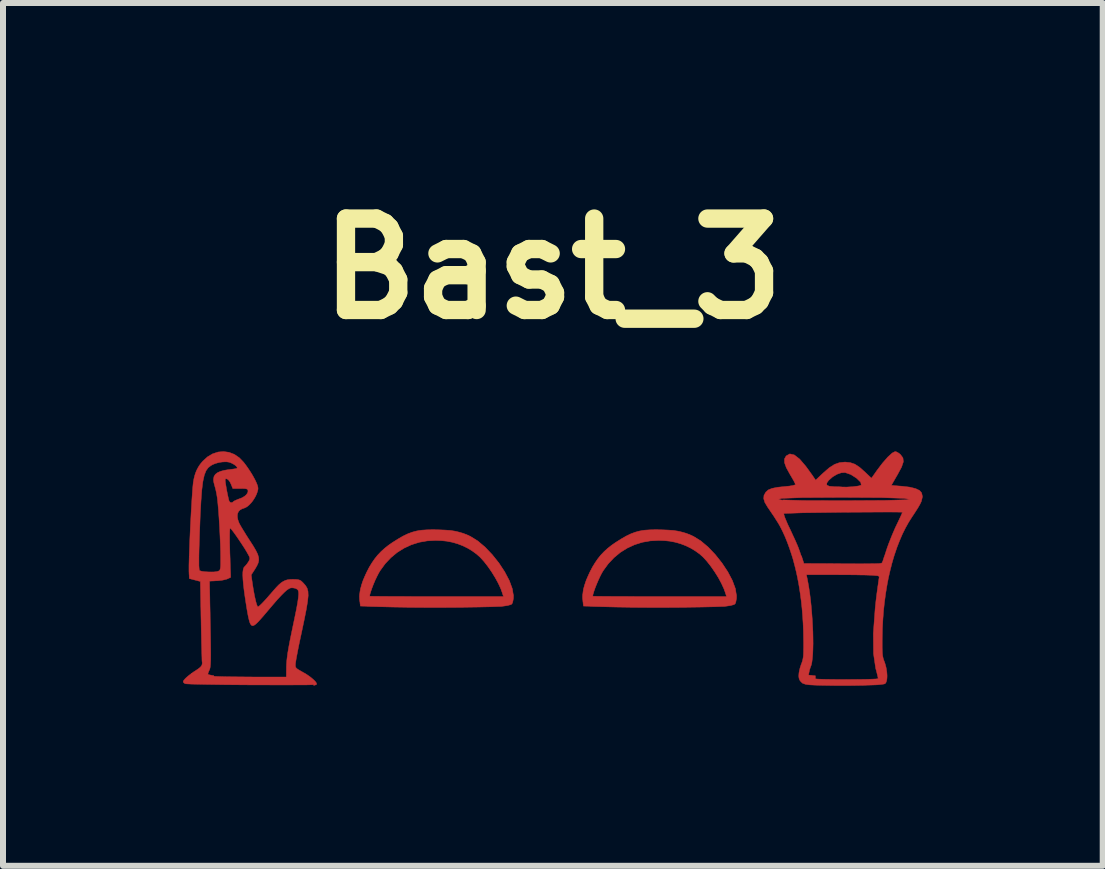
<source format=kicad_pcb>
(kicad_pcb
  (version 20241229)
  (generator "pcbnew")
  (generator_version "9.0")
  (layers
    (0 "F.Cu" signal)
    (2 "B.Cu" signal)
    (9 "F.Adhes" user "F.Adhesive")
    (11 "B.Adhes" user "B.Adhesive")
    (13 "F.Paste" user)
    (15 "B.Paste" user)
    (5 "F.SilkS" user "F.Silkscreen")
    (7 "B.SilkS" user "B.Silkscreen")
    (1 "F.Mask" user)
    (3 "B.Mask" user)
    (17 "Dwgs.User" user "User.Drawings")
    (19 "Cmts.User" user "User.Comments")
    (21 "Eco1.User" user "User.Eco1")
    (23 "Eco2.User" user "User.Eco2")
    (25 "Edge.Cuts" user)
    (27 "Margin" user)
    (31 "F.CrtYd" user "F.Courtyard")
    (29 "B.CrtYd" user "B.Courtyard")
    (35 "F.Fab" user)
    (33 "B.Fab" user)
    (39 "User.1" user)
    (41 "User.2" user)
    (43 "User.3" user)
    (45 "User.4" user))
  (footprint "Bast_3"
    (layer "F.Cu")
    (at 6.163 6.425)
    (property "Reference" "Bast_3" (at 0 -4.998 0) (layer "F.SilkS") (effects (font (size 1.524 1.524) (thickness 0.305))))
    (attr smd)
    (fp_poly (pts (xy -0.888 0.631) (xy -0.822 0.469) (xy -0.961 0.469) (xy -1.101 0.469) (xy -1.24 0.469) (xy -1.38 0.469) (xy -1.519 0.469) (xy -1.659 0.469) (xy -1.798 0.469) (xy -1.937 0.469) (xy -2.162 0.469) (xy -2.371 0.468) (xy -2.56 0.466) (xy -2.726 0.466) (xy -2.862 0.465) (xy -2.965 0.464) (xy -3.031 0.463) (xy -3.053 0.461) (xy -3.053 0.461) (xy -3.053 0.462) (xy -3.049 0.43) (xy -3.035 0.384) (xy -3.015 0.326) (xy -2.991 0.263) (xy -2.963 0.197) (xy -2.933 0.134) (xy -2.904 0.077) (xy -2.877 0.032) (xy -2.793 -0.083) (xy -2.698 -0.183) (xy -2.593 -0.27) (xy -2.479 -0.341) (xy -2.358 -0.397) (xy -2.229 -0.438) (xy -2.093 -0.462) (xy -1.952 -0.47) (xy -1.855 -0.466) (xy -1.762 -0.456) (xy -1.672 -0.438) (xy -1.586 -0.413) (xy -1.502 -0.381) (xy -1.422 -0.342) (xy -1.345 -0.296) (xy -1.271 -0.242) (xy -1.209 -0.187) (xy -1.145 -0.116) (xy -1.081 -0.034) (xy -1.018 0.057) (xy -0.96 0.151) (xy -0.908 0.246) (xy -0.866 0.337) (xy -0.836 0.421) (xy -0.835 0.427) (xy -0.833 0.433) (xy -0.831 0.439) (xy -0.829 0.445) (xy -0.827 0.451) (xy -0.825 0.457) (xy -0.824 0.463) (xy -0.822 0.469) (xy -0.888 0.631) (xy -0.852 0.629) (xy -0.818 0.625) (xy -0.786 0.62) (xy -0.757 0.615) (xy -0.731 0.609) (xy -0.71 0.603) (xy -0.694 0.597) (xy -0.685 0.591) (xy -0.679 0.583) (xy -0.674 0.57) (xy -0.669 0.555) (xy -0.665 0.538) (xy -0.661 0.518) (xy -0.659 0.496) (xy -0.658 0.474) (xy -0.657 0.45) (xy -0.677 0.333) (xy -0.727 0.198) (xy -0.803 0.054) (xy -0.899 -0.092) (xy -1.01 -0.231) (xy -1.13 -0.357) (xy -1.252 -0.46) (xy -1.373 -0.535) (xy -1.438 -0.565) (xy -1.503 -0.589) (xy -1.569 -0.608) (xy -1.638 -0.624) (xy -1.714 -0.635) (xy -1.798 -0.641) (xy -1.892 -0.645) (xy -1.999 -0.647) (xy -2.099 -0.645) (xy -2.187 -0.639) (xy -2.268 -0.626) (xy -2.343 -0.606) (xy -2.418 -0.578) (xy -2.495 -0.541) (xy -2.578 -0.493) (xy -2.67 -0.435) (xy -2.742 -0.385) (xy -2.807 -0.333) (xy -2.865 -0.28) (xy -2.919 -0.223) (xy -2.968 -0.162) (xy -3.014 -0.095) (xy -3.058 -0.023) (xy -3.1 0.058) (xy -3.133 0.13) (xy -3.162 0.198) (xy -3.184 0.263) (xy -3.201 0.324) (xy -3.213 0.382) (xy -3.22 0.438) (xy -3.221 0.49) (xy -3.217 0.54) (xy -3.216 0.551) (xy -3.214 0.561) (xy -3.213 0.572) (xy -3.212 0.583) (xy -3.21 0.593) (xy -3.209 0.604) (xy -3.207 0.614) (xy -3.206 0.625) (xy -3.162 0.626) (xy -3.118 0.627) (xy -3.074 0.629) (xy -3.03 0.631) (xy -2.986 0.632) (xy -2.942 0.633) (xy -2.898 0.635) (xy -2.854 0.636) (xy -2.661 0.641) (xy -2.408 0.645) (xy -2.117 0.647) (xy -1.811 0.647) (xy -1.512 0.645) (xy -1.243 0.641) (xy -1.027 0.636) (xy -0.888 0.63) (xy -0.888 0.63) (xy -0.888 0.63) (xy -0.888 0.631)) (stroke (width 0.009) (type solid)) (fill yes) (layer "F.Cu"))
    (fp_poly (pts (xy 2.83 0.631) (xy 2.896 0.469) (xy 2.757 0.469) (xy 2.617 0.469) (xy 2.478 0.469) (xy 2.338 0.469) (xy 2.199 0.469) (xy 2.059 0.469) (xy 1.92 0.469) (xy 1.78 0.469) (xy 1.556 0.469) (xy 1.347 0.468) (xy 1.158 0.466) (xy 0.992 0.466) (xy 0.856 0.465) (xy 0.753 0.464) (xy 0.687 0.463) (xy 0.665 0.461) (xy 0.665 0.461) (xy 0.665 0.462) (xy 0.669 0.43) (xy 0.683 0.384) (xy 0.703 0.326) (xy 0.728 0.263) (xy 0.756 0.197) (xy 0.785 0.134) (xy 0.814 0.077) (xy 0.841 0.032) (xy 0.925 -0.083) (xy 1.02 -0.183) (xy 1.125 -0.27) (xy 1.239 -0.341) (xy 1.36 -0.397) (xy 1.489 -0.438) (xy 1.625 -0.462) (xy 1.766 -0.47) (xy 1.863 -0.466) (xy 1.956 -0.456) (xy 2.046 -0.438) (xy 2.132 -0.413) (xy 2.216 -0.381) (xy 2.296 -0.342) (xy 2.373 -0.296) (xy 2.448 -0.242) (xy 2.509 -0.187) (xy 2.573 -0.116) (xy 2.637 -0.034) (xy 2.7 0.057) (xy 2.759 0.151) (xy 2.81 0.246) (xy 2.852 0.337) (xy 2.882 0.421) (xy 2.883 0.427) (xy 2.885 0.433) (xy 2.887 0.439) (xy 2.889 0.445) (xy 2.891 0.451) (xy 2.892 0.457) (xy 2.894 0.463) (xy 2.896 0.469) (xy 2.83 0.631) (xy 2.866 0.629) (xy 2.9 0.625) (xy 2.932 0.62) (xy 2.961 0.615) (xy 2.987 0.609) (xy 3.008 0.603) (xy 3.023 0.597) (xy 3.033 0.591) (xy 3.039 0.583) (xy 3.044 0.57) (xy 3.049 0.555) (xy 3.053 0.538) (xy 3.056 0.518) (xy 3.059 0.496) (xy 3.06 0.474) (xy 3.06 0.45) (xy 3.041 0.333) (xy 2.991 0.198) (xy 2.915 0.054) (xy 2.818 -0.092) (xy 2.708 -0.231) (xy 2.588 -0.357) (xy 2.466 -0.46) (xy 2.345 -0.535) (xy 2.28 -0.565) (xy 2.215 -0.589) (xy 2.149 -0.608) (xy 2.079 -0.624) (xy 2.004 -0.635) (xy 1.92 -0.641) (xy 1.826 -0.645) (xy 1.719 -0.647) (xy 1.619 -0.645) (xy 1.531 -0.639) (xy 1.45 -0.626) (xy 1.375 -0.606) (xy 1.3 -0.578) (xy 1.223 -0.541) (xy 1.14 -0.493) (xy 1.048 -0.435) (xy 0.976 -0.385) (xy 0.911 -0.333) (xy 0.853 -0.28) (xy 0.799 -0.223) (xy 0.75 -0.162) (xy 0.704 -0.095) (xy 0.66 -0.023) (xy 0.618 0.058) (xy 0.585 0.13) (xy 0.556 0.198) (xy 0.534 0.263) (xy 0.516 0.324) (xy 0.505 0.382) (xy 0.498 0.438) (xy 0.497 0.49) (xy 0.501 0.54) (xy 0.502 0.551) (xy 0.504 0.561) (xy 0.505 0.572) (xy 0.506 0.583) (xy 0.508 0.593) (xy 0.509 0.604) (xy 0.511 0.614) (xy 0.512 0.625) (xy 0.556 0.626) (xy 0.6 0.627) (xy 0.644 0.629) (xy 0.688 0.631) (xy 0.732 0.632) (xy 0.776 0.633) (xy 0.82 0.635) (xy 0.864 0.636) (xy 1.057 0.641) (xy 1.31 0.645) (xy 1.601 0.647) (xy 1.908 0.647) (xy 2.206 0.645) (xy 2.475 0.641) (xy 2.691 0.636) (xy 2.83 0.63) (xy 2.83 0.63) (xy 2.83 0.63) (xy 2.83 0.631)) (stroke (width 0.009) (type solid)) (fill yes) (layer "F.Cu"))
    (fp_poly (pts (xy -3.986 1.947) (xy -3.975 1.945) (xy -4.434 1.535) (xy -4.438 1.588) (xy -4.44 1.637) (xy -4.44 1.659) (xy -4.44 1.68) (xy -4.441 1.701) (xy -4.441 1.722) (xy -4.441 1.744) (xy -4.441 1.765) (xy -4.442 1.786) (xy -4.442 1.807) (xy -4.512 1.807) (xy -4.582 1.807) (xy -4.652 1.807) (xy -4.722 1.807) (xy -4.792 1.807) (xy -4.862 1.807) (xy -4.932 1.807) (xy -5.002 1.807) (xy -5.117 1.806) (xy -5.227 1.805) (xy -5.33 1.804) (xy -5.424 1.803) (xy -5.506 1.801) (xy -5.572 1.799) (xy -5.621 1.797) (xy -5.65 1.794) (xy -5.65 1.794) (xy -5.65 1.785) (xy -5.668 1.782) (xy -5.685 1.779) (xy -5.7 1.776) (xy -5.715 1.773) (xy -5.727 1.77) (xy -5.736 1.767) (xy -5.743 1.765) (xy -5.747 1.763) (xy -5.748 1.76) (xy -5.748 1.755) (xy -5.746 1.748) (xy -5.744 1.74) (xy -5.741 1.729) (xy -5.736 1.718) (xy -5.731 1.706) (xy -5.725 1.694) (xy -5.716 1.671) (xy -5.709 1.64) (xy -5.705 1.594) (xy -5.702 1.528) (xy -5.701 1.433) (xy -5.702 1.305) (xy -5.704 1.136) (xy -5.708 0.921) (xy -5.71 0.832) (xy -5.711 0.743) (xy -5.713 0.654) (xy -5.715 0.565) (xy -5.716 0.477) (xy -5.718 0.388) (xy -5.72 0.299) (xy -5.721 0.21) (xy -5.706 0.209) (xy -5.69 0.208) (xy -5.675 0.207) (xy -5.659 0.207) (xy -5.643 0.206) (xy -5.628 0.205) (xy -5.612 0.204) (xy -5.596 0.204) (xy -5.57 0.202) (xy -5.544 0.199) (xy -5.518 0.196) (xy -5.493 0.191) (xy -5.47 0.186) (xy -5.45 0.181) (xy -5.433 0.176) (xy -5.42 0.171) (xy -5.414 0.168) (xy -5.407 0.165) (xy -5.401 0.162) (xy -5.394 0.159) (xy -5.388 0.156) (xy -5.382 0.153) (xy -5.375 0.15) (xy -5.369 0.147) (xy -5.37 0.095) (xy -5.372 0.044) (xy -5.374 -0.007) (xy -5.375 -0.059) (xy -5.377 -0.11) (xy -5.378 -0.161) (xy -5.38 -0.213) (xy -5.382 -0.264) (xy -5.384 -0.354) (xy -5.386 -0.434) (xy -5.386 -0.505) (xy -5.386 -0.564) (xy -5.385 -0.611) (xy -5.383 -0.646) (xy -5.381 -0.667) (xy -5.377 -0.674) (xy -5.361 -0.659) (xy -5.328 -0.617) (xy -5.284 -0.557) (xy -5.234 -0.484) (xy -5.183 -0.408) (xy -5.135 -0.334) (xy -5.096 -0.269) (xy -5.07 -0.222) (xy -5.061 -0.205) (xy -5.055 -0.19) (xy -5.052 -0.178) (xy -5.051 -0.166) (xy -5.053 -0.154) (xy -5.057 -0.142) (xy -5.064 -0.128) (xy -5.074 -0.111) (xy -5.081 -0.1) (xy -5.089 -0.088) (xy -5.098 -0.076) (xy -5.106 -0.066) (xy -5.115 -0.055) (xy -5.123 -0.046) (xy -5.131 -0.038) (xy -5.137 -0.032) (xy -5.151 -0.014) (xy -5.16 0.016) (xy -5.166 0.058) (xy -5.167 0.113) (xy -5.164 0.18) (xy -5.157 0.261) (xy -5.146 0.357) (xy -5.131 0.466) (xy -5.114 0.578) (xy -5.099 0.672) (xy -5.086 0.747) (xy -5.074 0.808) (xy -5.063 0.855) (xy -5.053 0.891) (xy -5.043 0.917) (xy -5.032 0.934) (xy -5.019 0.948) (xy -5.003 0.953) (xy -4.983 0.948) (xy -4.957 0.931) (xy -4.924 0.901) (xy -4.881 0.855) (xy -4.827 0.794) (xy -4.76 0.715) (xy -4.669 0.608) (xy -4.594 0.521) (xy -4.531 0.453) (xy -4.479 0.4) (xy -4.437 0.362) (xy -4.402 0.338) (xy -4.373 0.324) (xy -4.348 0.321) (xy -4.337 0.322) (xy -4.325 0.323) (xy -4.313 0.325) (xy -4.3 0.328) (xy -4.289 0.331) (xy -4.278 0.336) (xy -4.268 0.341) (xy -4.26 0.346) (xy -4.246 0.361) (xy -4.238 0.386) (xy -4.236 0.425) (xy -4.241 0.484) (xy -4.253 0.568) (xy -4.274 0.683) (xy -4.305 0.834) (xy -4.345 1.026) (xy -4.369 1.142) (xy -4.389 1.243) (xy -4.405 1.331) (xy -4.418 1.408) (xy -4.427 1.475) (xy -4.434 1.535) (xy -3.975 1.945) (xy -3.966 1.943) (xy -3.957 1.94) (xy -3.95 1.937) (xy -3.944 1.934) (xy -3.939 1.931) (xy -3.936 1.928) (xy -3.935 1.925) (xy -3.94 1.908) (xy -3.954 1.887) (xy -3.976 1.863) (xy -4.005 1.837) (xy -4.039 1.809) (xy -4.078 1.781) (xy -4.12 1.753) (xy -4.165 1.728) (xy -4.207 1.704) (xy -4.238 1.686) (xy -4.261 1.671) (xy -4.276 1.657) (xy -4.285 1.644) (xy -4.289 1.628) (xy -4.29 1.61) (xy -4.289 1.587) (xy -4.286 1.564) (xy -4.28 1.525) (xy -4.271 1.474) (xy -4.259 1.411) (xy -4.245 1.338) (xy -4.229 1.259) (xy -4.211 1.174) (xy -4.192 1.086) (xy -4.144 0.858) (xy -4.109 0.682) (xy -4.087 0.549) (xy -4.077 0.451) (xy -4.08 0.38) (xy -4.095 0.326) (xy -4.121 0.283) (xy -4.159 0.24) (xy -4.177 0.222) (xy -4.194 0.207) (xy -4.21 0.197) (xy -4.226 0.19) (xy -4.245 0.185) (xy -4.267 0.182) (xy -4.295 0.181) (xy -4.329 0.18) (xy -4.377 0.181) (xy -4.419 0.186) (xy -4.457 0.197) (xy -4.493 0.214) (xy -4.529 0.238) (xy -4.566 0.27) (xy -4.607 0.312) (xy -4.653 0.364) (xy -4.715 0.435) (xy -4.767 0.495) (xy -4.811 0.543) (xy -4.847 0.581) (xy -4.876 0.609) (xy -4.896 0.627) (xy -4.91 0.635) (xy -4.918 0.635) (xy -4.927 0.621) (xy -4.937 0.593) (xy -4.948 0.556) (xy -4.959 0.509) (xy -4.971 0.455) (xy -4.982 0.396) (xy -4.993 0.334) (xy -5.003 0.27) (xy -5.006 0.25) (xy -5.009 0.229) (xy -5.012 0.209) (xy -5.015 0.188) (xy -5.018 0.168) (xy -5.02 0.148) (xy -5.023 0.127) (xy -5.026 0.107) (xy -5.019 0.094) (xy -5.011 0.082) (xy -5.003 0.07) (xy -4.995 0.058) (xy -4.988 0.046) (xy -4.98 0.034) (xy -5.342 -1.102) (xy -5.353 -1.1) (xy -5.363 -1.1) (xy -5.374 -1.103) (xy -5.383 -1.11) (xy -5.391 -1.119) (xy -5.396 -1.131) (xy -5.396 -1.127) (xy -5.406 -1.169) (xy -5.418 -1.221) (xy -5.43 -1.28) (xy -5.441 -1.34) (xy -5.45 -1.395) (xy -5.457 -1.442) (xy -5.46 -1.475) (xy -5.459 -1.49) (xy -5.45 -1.496) (xy -5.438 -1.496) (xy -5.426 -1.491) (xy -5.412 -1.482) (xy -5.399 -1.468) (xy -5.386 -1.451) (xy -5.374 -1.43) (xy -5.363 -1.406) (xy -5.359 -1.397) (xy -5.356 -1.388) (xy -5.352 -1.379) (xy -5.348 -1.37) (xy -5.345 -1.361) (xy -5.341 -1.352) (xy -5.338 -1.343) (xy -5.334 -1.334) (xy -5.319 -1.334) (xy -5.304 -1.334) (xy -5.289 -1.334) (xy -5.274 -1.334) (xy -5.259 -1.334) (xy -5.244 -1.334) (xy -5.229 -1.334) (xy -5.214 -1.334) (xy -5.183 -1.334) (xy -5.157 -1.333) (xy -5.135 -1.332) (xy -5.118 -1.33) (xy -5.104 -1.327) (xy -5.094 -1.322) (xy -5.087 -1.316) (xy -5.083 -1.309) (xy -5.08 -1.29) (xy -5.084 -1.27) (xy -5.094 -1.25) (xy -5.11 -1.229) (xy -5.131 -1.21) (xy -5.158 -1.192) (xy -5.188 -1.176) (xy -5.223 -1.163) (xy -5.242 -1.156) (xy -5.259 -1.149) (xy -5.276 -1.142) (xy -5.291 -1.135) (xy -5.304 -1.129) (xy -5.314 -1.123) (xy -5.322 -1.118) (xy -5.326 -1.115) (xy -5.333 -1.107) (xy -5.342 -1.102) (xy -4.98 0.034) (xy -4.972 0.022) (xy -5.59 -1.597) (xy -5.625 -1.569) (xy -5.646 -1.536) (xy -5.655 -1.495) (xy -5.653 -1.448) (xy -5.639 -1.392) (xy -5.633 -1.371) (xy -5.626 -1.346) (xy -5.619 -1.318) (xy -5.612 -1.288) (xy -5.606 -1.257) (xy -5.6 -1.225) (xy -5.595 -1.195) (xy -5.591 -1.166) (xy -5.582 -1.082) (xy -5.572 -0.97) (xy -5.563 -0.839) (xy -5.554 -0.696) (xy -5.547 -0.55) (xy -5.541 -0.409) (xy -5.537 -0.281) (xy -5.536 -0.174) (xy -5.536 -0.111) (xy -5.536 -0.062) (xy -5.538 -0.026) (xy -5.542 0.00016) (xy -5.547 0.018) (xy -5.554 0.03) (xy -5.564 0.038) (xy -5.577 0.044) (xy -5.605 0.051) (xy -5.645 0.056) (xy -5.692 0.057) (xy -5.742 0.056) (xy -5.792 0.053) (xy -5.835 0.048) (xy -5.868 0.041) (xy -5.887 0.032) (xy -5.887 0.032) (xy -5.887 0.032) (xy -5.887 0.032) (xy -5.887 0.034) (xy -5.892 0.021) (xy -5.895 -0.007) (xy -5.898 -0.051) (xy -5.898 -0.115) (xy -5.898 -0.199) (xy -5.896 -0.305) (xy -5.892 -0.435) (xy -5.887 -0.59) (xy -5.876 -0.889) (xy -5.863 -1.128) (xy -5.849 -1.314) (xy -5.831 -1.455) (xy -5.808 -1.558) (xy -5.779 -1.631) (xy -5.743 -1.681) (xy -5.698 -1.716) (xy -5.665 -1.734) (xy -5.628 -1.749) (xy -5.589 -1.761) (xy -5.549 -1.77) (xy -5.509 -1.776) (xy -5.47 -1.778) (xy -5.433 -1.778) (xy -5.399 -1.773) (xy -5.372 -1.765) (xy -5.346 -1.753) (xy -5.32 -1.739) (xy -5.297 -1.724) (xy -5.279 -1.708) (xy -5.266 -1.694) (xy -5.26 -1.681) (xy -5.263 -1.672) (xy -5.267 -1.67) (xy -5.277 -1.667) (xy -5.291 -1.664) (xy -5.308 -1.661) (xy -5.329 -1.658) (xy -5.353 -1.655) (xy -5.378 -1.652) (xy -5.405 -1.649) (xy -5.481 -1.636) (xy -5.542 -1.619) (xy -5.59 -1.597) (xy -4.972 0.022) (xy -4.964 0.01) (xy -4.932 -0.045) (xy -4.91 -0.093) (xy -4.9 -0.139) (xy -4.903 -0.185) (xy -4.918 -0.238) (xy -4.948 -0.3) (xy -4.992 -0.375) (xy -5.052 -0.468) (xy -5.083 -0.516) (xy -5.113 -0.563) (xy -5.141 -0.609) (xy -5.167 -0.651) (xy -5.19 -0.689) (xy -5.209 -0.722) (xy -5.223 -0.748) (xy -5.231 -0.765) (xy -5.248 -0.812) (xy -5.256 -0.855) (xy -5.257 -0.892) (xy -5.25 -0.925) (xy -5.235 -0.953) (xy -5.213 -0.976) (xy -5.182 -0.994) (xy -5.144 -1.007) (xy -5.118 -1.018) (xy -5.089 -1.036) (xy -5.06 -1.061) (xy -5.03 -1.092) (xy -5.002 -1.127) (xy -4.977 -1.165) (xy -4.954 -1.204) (xy -4.936 -1.244) (xy -4.927 -1.27) (xy -4.92 -1.292) (xy -4.915 -1.311) (xy -4.913 -1.328) (xy -4.913 -1.344) (xy -4.916 -1.36) (xy -4.92 -1.378) (xy -4.927 -1.398) (xy -4.942 -1.435) (xy -4.962 -1.477) (xy -4.987 -1.524) (xy -5.016 -1.574) (xy -5.048 -1.625) (xy -5.082 -1.676) (xy -5.117 -1.725) (xy -5.152 -1.771) (xy -5.225 -1.847) (xy -5.307 -1.903) (xy -5.395 -1.937) (xy -5.487 -1.95) (xy -5.579 -1.942) (xy -5.67 -1.912) (xy -5.756 -1.861) (xy -5.835 -1.789) (xy -5.866 -1.752) (xy -5.894 -1.714) (xy -5.917 -1.675) (xy -5.938 -1.634) (xy -5.955 -1.591) (xy -5.97 -1.544) (xy -5.982 -1.494) (xy -5.992 -1.439) (xy -6.002 -1.34) (xy -6.014 -1.168) (xy -6.027 -0.948) (xy -6.04 -0.702) (xy -6.051 -0.456) (xy -6.059 -0.233) (xy -6.064 -0.057) (xy -6.064 0.048) (xy -6.063 0.063) (xy -6.063 0.078) (xy -6.062 0.093) (xy -6.061 0.108) (xy -6.06 0.123) (xy -6.06 0.138) (xy -6.059 0.152) (xy -6.058 0.167) (xy -6.047 0.17) (xy -6.035 0.173) (xy -6.024 0.176) (xy -6.012 0.179) (xy -6.001 0.182) (xy -5.989 0.185) (xy -5.978 0.188) (xy -5.966 0.191) (xy -5.955 0.194) (xy -5.943 0.197) (xy -5.932 0.2) (xy -5.92 0.203) (xy -5.909 0.206) (xy -5.897 0.209) (xy -5.886 0.212) (xy -5.874 0.215) (xy -5.873 0.297) (xy -5.871 0.378) (xy -5.87 0.459) (xy -5.868 0.541) (xy -5.867 0.622) (xy -5.865 0.704) (xy -5.864 0.785) (xy -5.862 0.866) (xy -5.86 0.998) (xy -5.857 1.121) (xy -5.855 1.234) (xy -5.852 1.334) (xy -5.85 1.418) (xy -5.848 1.483) (xy -5.847 1.526) (xy -5.846 1.545) (xy -5.843 1.568) (xy -5.844 1.588) (xy -5.848 1.606) (xy -5.857 1.623) (xy -5.87 1.639) (xy -5.889 1.656) (xy -5.913 1.674) (xy -5.944 1.695) (xy -5.989 1.724) (xy -6.03 1.754) (xy -6.067 1.782) (xy -6.098 1.808) (xy -6.124 1.832) (xy -6.143 1.854) (xy -6.156 1.871) (xy -6.16 1.885) (xy -6.159 1.89) (xy -6.157 1.895) (xy -6.153 1.9) (xy -6.148 1.905) (xy -6.142 1.91) (xy -6.135 1.915) (xy -6.127 1.918) (xy -6.119 1.921) (xy -6.017 1.926) (xy -5.778 1.931) (xy -5.446 1.936) (xy -5.067 1.939) (xy -4.686 1.94) (xy -4.348 1.94) (xy -4.1 1.939) (xy -3.987 1.936) (xy -3.986 1.947)) (stroke (width 0.007) (type solid)) (fill yes) (layer "F.Cu"))
    (fp_poly (pts (xy 5.213 1.944) (xy 5.422 1.832) (xy 5.412 1.836) (xy 5.385 1.84) (xy 5.342 1.842) (xy 5.285 1.844) (xy 5.218 1.846) (xy 5.141 1.847) (xy 5.058 1.848) (xy 4.97 1.848) (xy 4.88 1.849) (xy 4.79 1.849) (xy 4.703 1.848) (xy 4.619 1.847) (xy 4.543 1.846) (xy 4.475 1.844) (xy 4.418 1.842) (xy 4.375 1.838) (xy 4.375 1.838) (xy 4.375 1.838) (xy 4.376 1.787) (xy 4.369 1.786) (xy 4.362 1.785) (xy 4.354 1.784) (xy 4.347 1.784) (xy 4.34 1.783) (xy 4.333 1.782) (xy 4.326 1.782) (xy 4.318 1.781) (xy 4.317 1.781) (xy 4.315 1.78) (xy 4.313 1.78) (xy 4.311 1.78) (xy 4.309 1.78) (xy 4.308 1.78) (xy 4.306 1.78) (xy 4.304 1.779) (xy 4.302 1.779) (xy 4.3 1.779) (xy 4.299 1.779) (xy 4.297 1.779) (xy 4.295 1.778) (xy 4.293 1.778) (xy 4.291 1.778) (xy 4.29 1.778) (xy 4.288 1.778) (xy 4.286 1.777) (xy 4.284 1.777) (xy 4.282 1.777) (xy 4.281 1.777) (xy 4.279 1.777) (xy 4.277 1.776) (xy 4.275 1.776) (xy 4.273 1.776) (xy 4.272 1.776) (xy 4.27 1.776) (xy 4.268 1.775) (xy 4.266 1.775) (xy 4.264 1.775) (xy 4.263 1.775) (xy 4.261 1.775) (xy 4.261 1.774) (xy 4.261 1.773) (xy 4.261 1.773) (xy 4.261 1.772) (xy 4.261 1.771) (xy 4.262 1.77) (xy 4.262 1.77) (xy 4.262 1.769) (xy 4.262 1.768) (xy 4.262 1.768) (xy 4.262 1.767) (xy 4.262 1.766) (xy 4.263 1.765) (xy 4.263 1.765) (xy 4.263 1.764) (xy 4.263 1.763) (xy 4.263 1.763) (xy 4.263 1.762) (xy 4.264 1.761) (xy 4.264 1.76) (xy 4.264 1.76) (xy 4.264 1.759) (xy 4.264 1.758) (xy 4.264 1.758) (xy 4.264 1.757) (xy 4.265 1.756) (xy 4.265 1.755) (xy 4.265 1.755) (xy 4.265 1.754) (xy 4.265 1.753) (xy 4.265 1.753) (xy 4.265 1.752) (xy 4.266 1.751) (xy 4.266 1.751) (xy 4.266 1.75) (xy 4.266 1.749) (xy 4.266 1.748) (xy 4.266 1.748) (xy 4.266 1.747) (xy 4.267 1.746) (xy 4.267 1.746) (xy 4.267 1.745) (xy 4.267 1.744) (xy 4.267 1.743) (xy 4.267 1.743) (xy 4.267 1.742) (xy 4.268 1.741) (xy 4.268 1.741) (xy 4.268 1.74) (xy 4.268 1.739) (xy 4.268 1.738) (xy 4.268 1.738) (xy 4.268 1.737) (xy 4.269 1.736) (xy 4.269 1.736) (xy 4.269 1.735) (xy 4.269 1.734) (xy 4.269 1.733) (xy 4.269 1.733) (xy 4.269 1.732) (xy 4.27 1.731) (xy 4.27 1.731) (xy 4.27 1.73) (xy 4.27 1.729) (xy 4.27 1.728) (xy 4.271 1.727) (xy 4.271 1.726) (xy 4.271 1.725) (xy 4.271 1.723) (xy 4.272 1.721) (xy 4.272 1.719) (xy 4.273 1.717) (xy 4.273 1.715) (xy 4.273 1.713) (xy 4.274 1.711) (xy 4.274 1.709) (xy 4.275 1.707) (xy 4.275 1.705) (xy 4.275 1.703) (xy 4.276 1.701) (xy 4.276 1.699) (xy 4.277 1.697) (xy 4.277 1.695) (xy 4.278 1.693) (xy 4.278 1.691) (xy 4.279 1.689) (xy 4.28 1.687) (xy 4.28 1.685) (xy 4.281 1.683) (xy 4.281 1.681) (xy 4.282 1.679) (xy 4.283 1.677) (xy 4.283 1.675) (xy 4.284 1.673) (xy 4.284 1.671) (xy 4.285 1.669) (xy 4.286 1.667) (xy 4.286 1.665) (xy 4.287 1.663) (xy 4.288 1.661) (xy 4.288 1.659) (xy 4.289 1.657) (xy 4.29 1.655) (xy 4.29 1.653) (xy 4.291 1.651) (xy 4.292 1.649) (xy 4.293 1.647) (xy 4.293 1.645) (xy 4.294 1.643) (xy 4.295 1.641) (xy 4.296 1.639) (xy 4.296 1.637) (xy 4.297 1.635) (xy 4.298 1.633) (xy 4.298 1.631) (xy 4.299 1.629) (xy 4.3 1.627) (xy 4.301 1.625) (xy 4.301 1.623) (xy 4.302 1.621) (xy 4.303 1.619) (xy 4.304 1.617) (xy 4.304 1.615) (xy 4.305 1.613) (xy 4.306 1.611) (xy 4.307 1.609) (xy 4.307 1.607) (xy 4.308 1.605) (xy 4.311 1.594) (xy 4.313 1.582) (xy 4.316 1.569) (xy 4.318 1.556) (xy 4.326 1.494) (xy 4.332 1.421) (xy 4.335 1.34) (xy 4.337 1.25) (xy 4.336 1.154) (xy 4.334 1.053) (xy 4.329 0.948) (xy 4.323 0.841) (xy 4.315 0.734) (xy 4.306 0.626) (xy 4.295 0.521) (xy 4.282 0.419) (xy 4.279 0.395) (xy 4.275 0.37) (xy 4.271 0.346) (xy 4.268 0.323) (xy 4.264 0.299) (xy 4.26 0.276) (xy 4.256 0.254) (xy 4.252 0.232) (xy 4.248 0.21) (xy 4.244 0.189) (xy 4.24 0.169) (xy 4.236 0.149) (xy 4.235 0.148) (xy 4.235 0.147) (xy 4.235 0.147) (xy 4.235 0.146) (xy 4.235 0.145) (xy 4.235 0.144) (xy 4.235 0.144) (xy 4.234 0.143) (xy 4.234 0.142) (xy 4.234 0.142) (xy 4.234 0.141) (xy 4.234 0.14) (xy 4.234 0.14) (xy 4.234 0.139) (xy 4.233 0.138) (xy 4.233 0.137) (xy 4.233 0.137) (xy 4.233 0.136) (xy 4.233 0.135) (xy 4.233 0.135) (xy 4.233 0.134) (xy 4.232 0.133) (xy 4.232 0.132) (xy 4.232 0.132) (xy 4.232 0.131) (xy 4.232 0.13) (xy 4.232 0.13) (xy 4.232 0.129) (xy 4.231 0.128) (xy 4.231 0.127) (xy 4.231 0.127) (xy 4.231 0.126) (xy 4.231 0.125) (xy 4.231 0.125) (xy 4.23 0.124) (xy 4.23 0.123) (xy 4.23 0.122) (xy 4.23 0.122) (xy 4.23 0.121) (xy 4.23 0.12) (xy 4.23 0.12) (xy 4.229 0.119) (xy 4.229 0.118) (xy 4.229 0.117) (xy 4.229 0.117) (xy 4.229 0.116) (xy 4.229 0.115) (xy 4.229 0.115) (xy 4.228 0.114) (xy 4.228 0.113) (xy 4.228 0.113) (xy 4.228 0.112) (xy 4.228 0.111) (xy 4.228 0.11) (xy 4.228 0.11) (xy 4.227 0.109) (xy 4.227 0.108) (xy 4.227 0.108) (xy 4.227 0.107) (xy 4.227 0.106) (xy 4.227 0.105) (xy 4.227 0.105) (xy 4.226 0.104) (xy 4.226 0.103) (xy 4.258 0.103) (xy 4.29 0.103) (xy 4.322 0.103) (xy 4.354 0.103) (xy 4.386 0.103) (xy 4.418 0.103) (xy 4.45 0.103) (xy 4.481 0.103) (xy 4.513 0.103) (xy 4.545 0.103) (xy 4.577 0.103) (xy 4.609 0.103) (xy 4.641 0.103) (xy 4.673 0.103) (xy 4.705 0.103) (xy 4.737 0.103) (xy 4.789 0.104) (xy 4.841 0.104) (xy 4.893 0.104) (xy 4.943 0.104) (xy 4.991 0.105) (xy 5.038 0.105) (xy 5.083 0.106) (xy 5.126 0.107) (xy 5.166 0.107) (xy 5.203 0.108) (xy 5.237 0.109) (xy 5.267 0.11) (xy 5.293 0.111) (xy 5.315 0.112) (xy 5.333 0.113) (xy 5.345 0.114) (xy 5.362 0.116) (xy 5.378 0.117) (xy 5.391 0.118) (xy 5.402 0.119) (xy 5.404 0.119) (xy 5.407 0.119) (xy 5.409 0.12) (xy 5.411 0.12) (xy 5.413 0.121) (xy 5.415 0.121) (xy 5.417 0.122) (xy 5.419 0.122) (xy 5.421 0.122) (xy 5.422 0.123) (xy 5.424 0.124) (xy 5.425 0.124) (xy 5.426 0.125) (xy 5.428 0.126) (xy 5.429 0.126) (xy 5.43 0.127) (xy 5.431 0.128) (xy 5.432 0.129) (xy 5.433 0.129) (xy 5.433 0.13) (xy 5.434 0.131) (xy 5.435 0.131) (xy 5.435 0.132) (xy 5.436 0.133) (xy 5.436 0.134) (xy 5.437 0.135) (xy 5.437 0.136) (xy 5.437 0.137) (xy 5.438 0.138) (xy 5.438 0.139) (xy 5.438 0.14) (xy 5.438 0.141) (xy 5.438 0.142) (xy 5.438 0.143) (xy 5.438 0.144) (xy 5.438 0.145) (xy 5.438 0.146) (xy 5.438 0.147) (xy 5.438 0.149) (xy 5.437 0.151) (xy 5.437 0.153) (xy 5.437 0.155) (xy 5.437 0.157) (xy 5.436 0.159) (xy 5.436 0.161) (xy 5.436 0.163) (xy 5.435 0.165) (xy 5.435 0.167) (xy 5.43 0.2) (xy 5.425 0.232) (xy 5.421 0.265) (xy 5.416 0.297) (xy 5.399 0.422) (xy 5.384 0.544) (xy 5.372 0.66) (xy 5.341 1.081) (xy 5.344 1.418) (xy 5.38 1.662) (xy 5.384 1.678) (xy 5.389 1.693) (xy 5.392 1.708) (xy 5.396 1.722) (xy 5.4 1.736) (xy 5.403 1.75) (xy 5.406 1.762) (xy 5.409 1.775) (xy 5.412 1.786) (xy 5.414 1.796) (xy 5.417 1.806) (xy 5.418 1.815) (xy 5.42 1.821) (xy 5.421 1.826) (xy 5.421 1.83) (xy 5.422 1.832) (xy 5.213 1.944) (xy 5.251 1.943) (xy 5.287 1.942) (xy 5.32 1.941) (xy 5.35 1.94) (xy 5.378 1.939) (xy 5.403 1.938) (xy 5.426 1.936) (xy 5.584 -0.378) (xy 5.575 -0.354) (xy 5.567 -0.33) (xy 5.56 -0.308) (xy 5.553 -0.288) (xy 5.547 -0.267) (xy 5.54 -0.248) (xy 5.534 -0.228) (xy 5.532 -0.224) (xy 5.531 -0.22) (xy 5.529 -0.216) (xy 5.528 -0.212) (xy 5.526 -0.208) (xy 5.525 -0.204) (xy 5.523 -0.2) (xy 5.522 -0.196) (xy 5.521 -0.192) (xy 5.519 -0.188) (xy 5.518 -0.184) (xy 5.517 -0.18) (xy 5.515 -0.176) (xy 5.514 -0.172) (xy 5.513 -0.168) (xy 5.511 -0.164) (xy 5.51 -0.16) (xy 5.509 -0.156) (xy 5.508 -0.152) (xy 5.507 -0.148) (xy 5.505 -0.144) (xy 5.504 -0.14) (xy 5.503 -0.136) (xy 5.502 -0.132) (xy 5.501 -0.13) (xy 5.5 -0.128) (xy 5.499 -0.126) (xy 5.498 -0.124) (xy 5.497 -0.122) (xy 5.496 -0.12) (xy 5.496 -0.118) (xy 5.495 -0.116) (xy 5.494 -0.114) (xy 5.493 -0.112) (xy 5.492 -0.11) (xy 5.492 -0.108) (xy 5.491 -0.106) (xy 5.49 -0.105) (xy 5.49 -0.104) (xy 5.489 -0.103) (xy 5.489 -0.102) (xy 5.488 -0.101) (xy 5.488 -0.1) (xy 5.487 -0.099) (xy 5.487 -0.099) (xy 5.487 -0.098) (xy 5.487 -0.097) (xy 5.486 -0.096) (xy 5.486 -0.096) (xy 5.485 -0.095) (xy 5.484 -0.094) (xy 5.483 -0.094) (xy 5.482 -0.093) (xy 5.481 -0.092) (xy 5.479 -0.091) (xy 5.477 -0.091) (xy 5.475 -0.09) (xy 5.473 -0.089) (xy 5.47 -0.089) (xy 5.467 -0.088) (xy 5.464 -0.088) (xy 5.46 -0.087) (xy 5.457 -0.087) (xy 5.453 -0.086) (xy 5.434 -0.084) (xy 5.41 -0.083) (xy 5.381 -0.082) (xy 5.347 -0.081) (xy 5.307 -0.081) (xy 5.26 -0.08) (xy 5.207 -0.08) (xy 5.147 -0.079) (xy 5.08 -0.079) (xy 5.005 -0.08) (xy 4.922 -0.08) (xy 4.831 -0.08) (xy 4.791 -0.081) (xy 4.75 -0.081) (xy 4.71 -0.081) (xy 4.669 -0.082) (xy 4.629 -0.082) (xy 4.589 -0.082) (xy 4.548 -0.083) (xy 4.508 -0.083) (xy 4.467 -0.083) (xy 4.427 -0.083) (xy 4.386 -0.084) (xy 4.346 -0.084) (xy 4.306 -0.084) (xy 4.265 -0.085) (xy 4.225 -0.085) (xy 4.184 -0.085) (xy 4.184 -0.087) (xy 4.183 -0.089) (xy 4.182 -0.091) (xy 4.182 -0.093) (xy 4.181 -0.095) (xy 4.18 -0.097) (xy 4.18 -0.099) (xy 4.179 -0.101) (xy 4.179 -0.103) (xy 4.178 -0.105) (xy 4.177 -0.107) (xy 4.177 -0.109) (xy 4.176 -0.111) (xy 4.175 -0.113) (xy 4.175 -0.115) (xy 4.174 -0.117) (xy 4.173 -0.119) (xy 4.173 -0.121) (xy 4.172 -0.123) (xy 4.171 -0.125) (xy 4.171 -0.127) (xy 4.17 -0.129) (xy 4.169 -0.131) (xy 4.169 -0.133) (xy 4.168 -0.135) (xy 4.168 -0.137) (xy 4.167 -0.139) (xy 4.166 -0.141) (xy 4.166 -0.143) (xy 4.165 -0.145) (xy 4.164 -0.147) (xy 4.164 -0.149) (xy 4.163 -0.151) (xy 4.162 -0.153) (xy 4.162 -0.155) (xy 4.161 -0.157) (xy 4.16 -0.159) (xy 4.16 -0.161) (xy 4.159 -0.163) (xy 4.159 -0.165) (xy 4.158 -0.167) (xy 4.157 -0.169) (xy 4.157 -0.171) (xy 4.156 -0.173) (xy 4.155 -0.175) (xy 4.155 -0.177) (xy 4.154 -0.179) (xy 4.153 -0.181) (xy 4.153 -0.183) (xy 4.152 -0.185) (xy 4.151 -0.187) (xy 4.151 -0.189) (xy 4.15 -0.191) (xy 4.15 -0.193) (xy 4.149 -0.195) (xy 4.148 -0.197) (xy 4.148 -0.199) (xy 4.147 -0.201) (xy 4.146 -0.203) (xy 4.146 -0.205) (xy 4.145 -0.207) (xy 4.144 -0.209) (xy 4.144 -0.211) (xy 4.143 -0.2) (xy 4.141 -0.206) (xy 4.139 -0.212) (xy 4.137 -0.218) (xy 4.135 -0.224) (xy 4.126 -0.25) (xy 4.118 -0.274) (xy 4.11 -0.298) (xy 4.101 -0.321) (xy 4.093 -0.345) (xy 4.083 -0.369) (xy 4.073 -0.394) (xy 4.061 -0.42) (xy 4.049 -0.449) (xy 4.035 -0.48) (xy 4.02 -0.513) (xy 4.002 -0.551) (xy 3.983 -0.592) (xy 3.962 -0.638) (xy 3.938 -0.688) (xy 3.927 -0.71) (xy 3.917 -0.732) (xy 3.908 -0.753) (xy 3.899 -0.773) (xy 3.869 -0.845) (xy 3.852 -0.896) (xy 3.849 -0.918) (xy 4.164 -0.929) (xy 4.843 -0.938) (xy 5.519 -0.942) (xy 5.645 -0.942) (xy 5.742 -0.941) (xy 5.804 -0.94) (xy 5.826 -0.938) (xy 5.826 -0.936) (xy 5.824 -0.932) (xy 5.822 -0.927) (xy 5.818 -0.918) (xy 5.814 -0.908) (xy 5.809 -0.897) (xy 5.803 -0.884) (xy 5.797 -0.87) (xy 5.79 -0.855) (xy 5.782 -0.838) (xy 5.774 -0.821) (xy 5.765 -0.802) (xy 5.756 -0.783) (xy 5.746 -0.762) (xy 5.736 -0.742) (xy 5.726 -0.72) (xy 5.715 -0.698) (xy 5.704 -0.674) (xy 5.693 -0.649) (xy 5.682 -0.623) (xy 5.67 -0.596) (xy 5.659 -0.569) (xy 5.647 -0.541) (xy 5.636 -0.513) (xy 5.625 -0.485) (xy 5.614 -0.457) (xy 5.603 -0.43) (xy 5.593 -0.404) (xy 5.584 -0.378) (xy 5.426 1.936) (xy 5.447 1.934) (xy 5.466 1.932) (xy 5.482 1.93) (xy 5.496 1.928) (xy 5.509 1.926) (xy 5.519 1.924) (xy 5.528 1.922) (xy 5.534 1.92) (xy 5.539 1.916) (xy 5.547 1.907) (xy 5.554 1.895) (xy 5.559 1.88) (xy 5.564 1.864) (xy 5.567 1.844) (xy 5.569 1.823) (xy 5.57 1.8) (xy 5.57 1.776) (xy 5.568 1.75) (xy 5.566 1.724) (xy 5.562 1.697) (xy 5.558 1.669) (xy 5.552 1.641) (xy 5.545 1.614) (xy 5.537 1.586) (xy 5.528 1.559) (xy 5.527 1.555) (xy 5.525 1.551) (xy 5.523 1.547) (xy 5.522 1.543) (xy 5.52 1.539) (xy 5.519 1.535) (xy 5.517 1.531) (xy 5.516 1.527) (xy 5.514 1.523) (xy 5.513 1.519) (xy 5.512 1.515) (xy 5.511 1.511) (xy 5.509 1.507) (xy 5.508 1.503) (xy 5.507 1.499) (xy 5.506 1.495) (xy 5.505 1.491) (xy 5.504 1.487) (xy 5.503 1.483) (xy 5.502 1.479) (xy 5.501 1.475) (xy 5.5 1.471) (xy 5.5 1.467) (xy 5.499 1.463) (xy 5.498 1.459) (xy 5.497 1.455) (xy 5.497 1.451) (xy 5.496 1.447) (xy 5.494 1.426) (xy 5.492 1.403) (xy 5.491 1.377) (xy 5.49 1.349) (xy 5.489 1.317) (xy 5.489 1.281) (xy 5.489 1.24) (xy 5.489 1.195) (xy 5.49 1.145) (xy 5.493 0.994) (xy 5.501 0.845) (xy 5.512 0.698) (xy 5.528 0.554) (xy 5.547 0.413) (xy 5.57 0.274) (xy 5.576 0.24) (xy 5.583 0.206) (xy 5.589 0.173) (xy 5.596 0.14) (xy 5.604 0.106) (xy 5.882 -1.146) (xy 5.536 -1.136) (xy 4.857 -1.132) (xy 4.178 -1.134) (xy 3.832 -1.144) (xy 3.832 -1.144) (xy 3.832 -1.144) (xy 3.832 -1.138) (xy 3.814 -1.142) (xy 3.795 -1.146) (xy 3.777 -1.15) (xy 3.759 -1.154) (xy 3.772 -1.158) (xy 3.786 -1.162) (xy 3.8 -1.166) (xy 3.814 -1.17) (xy 4.145 -1.182) (xy 4.815 -1.186) (xy 5.494 -1.182) (xy 5.854 -1.17) (xy 5.877 -1.166) (xy 5.9 -1.162) (xy 5.923 -1.158) (xy 5.946 -1.154) (xy 5.93 -1.152) (xy 5.914 -1.15) (xy 5.898 -1.148) (xy 5.882 -1.146) (xy 5.604 0.106) (xy 5.611 0.074) (xy 5.619 0.041) (xy 5.626 0.009) (xy 5.635 -0.023) (xy 5.643 -0.055) (xy 5.651 -0.087) (xy 5.66 -0.118) (xy 5.669 -0.149) (xy 5.678 -0.18) (xy 5.687 -0.21) (xy 5.697 -0.24) (xy 5.737 -0.358) (xy 5.781 -0.47) (xy 5.827 -0.577) (xy 5.877 -0.677) (xy 5.93 -0.772) (xy 5.985 -0.859) (xy 6.016 -0.905) (xy 6.043 -0.947) (xy 6.067 -0.984) (xy 6.088 -1.018) (xy 6.106 -1.049) (xy 6.121 -1.076) (xy 6.133 -1.101) (xy 4.966 -1.567) (xy 5.063 -1.505) (xy 5.131 -1.438) (xy 5.14 -1.39) (xy 5.091 -1.376) (xy 4.997 -1.364) (xy 4.895 -1.358) (xy 4.825 -1.359) (xy 4.802 -1.361) (xy 4.768 -1.363) (xy 4.726 -1.364) (xy 4.682 -1.364) (xy 4.682 -1.366) (xy 4.606 -1.372) (xy 4.567 -1.391) (xy 4.564 -1.423) (xy 4.597 -1.47) (xy 4.663 -1.528) (xy 4.735 -1.571) (xy 4.806 -1.596) (xy 4.871 -1.6) (xy 4.966 -1.567) (xy 6.133 -1.101) (xy 6.143 -1.124) (xy 6.16 -1.198) (xy 6.146 -1.262) (xy 6.112 -1.301) (xy 6.045 -1.333) (xy 5.948 -1.357) (xy 5.822 -1.372) (xy 5.753 -1.377) (xy 5.696 -1.382) (xy 5.657 -1.386) (xy 5.643 -1.388) (xy 5.651 -1.404) (xy 5.673 -1.442) (xy 5.705 -1.498) (xy 5.744 -1.565) (xy 5.812 -1.691) (xy 5.842 -1.78) (xy 5.835 -1.844) (xy 5.794 -1.9) (xy 5.771 -1.919) (xy 5.746 -1.935) (xy 5.723 -1.946) (xy 5.704 -1.95) (xy 5.655 -1.925) (xy 5.581 -1.857) (xy 5.492 -1.755) (xy 5.398 -1.631) (xy 5.376 -1.599) (xy 5.354 -1.568) (xy 5.332 -1.537) (xy 5.31 -1.506) (xy 5.284 -1.531) (xy 5.257 -1.556) (xy 5.231 -1.581) (xy 5.205 -1.606) (xy 5.112 -1.688) (xy 5.033 -1.74) (xy 4.956 -1.766) (xy 4.871 -1.775) (xy 4.779 -1.766) (xy 4.694 -1.736) (xy 4.605 -1.679) (xy 4.502 -1.589) (xy 4.471 -1.56) (xy 4.44 -1.531) (xy 4.41 -1.502) (xy 4.379 -1.473) (xy 4.371 -1.486) (xy 4.363 -1.498) (xy 4.355 -1.51) (xy 4.346 -1.523) (xy 4.326 -1.553) (xy 4.294 -1.597) (xy 4.256 -1.65) (xy 4.215 -1.706) (xy 4.113 -1.825) (xy 4.024 -1.894) (xy 3.949 -1.911) (xy 3.888 -1.877) (xy 3.86 -1.827) (xy 3.861 -1.764) (xy 3.891 -1.681) (xy 3.951 -1.572) (xy 3.987 -1.511) (xy 4.017 -1.459) (xy 4.036 -1.42) (xy 4.044 -1.402) (xy 4.031 -1.393) (xy 3.997 -1.384) (xy 3.945 -1.375) (xy 3.883 -1.369) (xy 3.746 -1.355) (xy 3.652 -1.336) (xy 3.589 -1.31) (xy 3.549 -1.274) (xy 3.519 -1.221) (xy 3.514 -1.165) (xy 3.533 -1.102) (xy 3.578 -1.026) (xy 3.681 -0.875) (xy 3.746 -0.773) (xy 3.759 -0.752) (xy 3.77 -0.733) (xy 3.781 -0.714) (xy 3.791 -0.695) (xy 3.801 -0.676) (xy 3.811 -0.656) (xy 3.821 -0.636) (xy 3.832 -0.614) (xy 3.872 -0.526) (xy 3.909 -0.434) (xy 3.944 -0.338) (xy 3.977 -0.239) (xy 3.985 -0.214) (xy 3.993 -0.188) (xy 4.001 -0.163) (xy 4.008 -0.137) (xy 4.015 -0.11) (xy 4.022 -0.084) (xy 4.029 -0.057) (xy 4.036 -0.03) (xy 4.043 -0.003) (xy 4.049 0.024) (xy 4.056 0.052) (xy 4.062 0.079) (xy 4.068 0.107) (xy 4.074 0.135) (xy 4.08 0.163) (xy 4.085 0.192) (xy 4.091 0.22) (xy 4.096 0.249) (xy 4.101 0.278) (xy 4.106 0.307) (xy 4.124 0.425) (xy 4.14 0.545) (xy 4.153 0.668) (xy 4.163 0.792) (xy 4.171 0.919) (xy 4.176 1.048) (xy 4.178 1.178) (xy 4.179 1.229) (xy 4.179 1.276) (xy 4.179 1.317) (xy 4.178 1.354) (xy 4.178 1.387) (xy 4.177 1.416) (xy 4.176 1.442) (xy 4.174 1.465) (xy 4.173 1.47) (xy 4.173 1.474) (xy 4.172 1.478) (xy 4.172 1.482) (xy 4.171 1.486) (xy 4.17 1.49) (xy 4.17 1.494) (xy 4.169 1.498) (xy 4.168 1.502) (xy 4.167 1.506) (xy 4.166 1.51) (xy 4.166 1.514) (xy 4.165 1.518) (xy 4.164 1.522) (xy 4.163 1.526) (xy 4.162 1.53) (xy 4.161 1.534) (xy 4.16 1.538) (xy 4.158 1.542) (xy 4.157 1.546) (xy 4.156 1.55) (xy 4.155 1.554) (xy 4.154 1.558) (xy 4.152 1.562) (xy 4.151 1.566) (xy 4.149 1.57) (xy 4.148 1.574) (xy 4.146 1.578) (xy 4.145 1.582) (xy 4.143 1.586) (xy 4.142 1.59) (xy 4.14 1.594) (xy 4.136 1.605) (xy 4.133 1.616) (xy 4.129 1.626) (xy 4.126 1.636) (xy 4.123 1.646) (xy 4.12 1.656) (xy 4.117 1.666) (xy 4.115 1.676) (xy 4.112 1.686) (xy 4.11 1.696) (xy 4.108 1.705) (xy 4.106 1.714) (xy 4.105 1.723) (xy 4.103 1.732) (xy 4.102 1.741) (xy 4.101 1.75) (xy 4.1 1.759) (xy 4.1 1.768) (xy 4.099 1.777) (xy 4.099 1.783) (xy 4.099 1.789) (xy 4.099 1.795) (xy 4.099 1.801) (xy 4.1 1.807) (xy 4.101 1.813) (xy 4.101 1.819) (xy 4.102 1.825) (xy 4.104 1.831) (xy 4.105 1.836) (xy 4.107 1.841) (xy 4.108 1.846) (xy 4.11 1.851) (xy 4.113 1.856) (xy 4.115 1.86) (xy 4.118 1.864) (xy 4.12 1.868) (xy 4.123 1.872) (xy 4.126 1.876) (xy 4.13 1.88) (xy 4.133 1.884) (xy 4.137 1.888) (xy 4.141 1.892) (xy 4.145 1.896) (xy 4.149 1.9) (xy 4.154 1.904) (xy 4.158 1.908) (xy 4.163 1.912) (xy 4.168 1.914) (xy 4.174 1.916) (xy 4.179 1.918) (xy 4.185 1.92) (xy 4.191 1.922) (xy 4.197 1.924) (xy 4.203 1.926) (xy 4.209 1.928) (xy 4.216 1.93) (xy 4.223 1.931) (xy 4.23 1.932) (xy 4.237 1.933) (xy 4.244 1.934) (xy 4.252 1.935) (xy 4.26 1.936) (xy 4.267 1.937) (xy 4.276 1.938) (xy 4.31 1.94) (xy 4.351 1.942) (xy 4.398 1.944) (xy 4.45 1.946) (xy 4.507 1.947) (xy 4.567 1.948) (xy 4.63 1.949) (xy 4.695 1.95) (xy 4.762 1.95) (xy 4.829 1.95) (xy 4.897 1.95) (xy 4.964 1.95) (xy 5.03 1.949) (xy 5.094 1.948) (xy 5.155 1.947) (xy 5.213 1.946) (xy 5.213 1.944)) (stroke (width 0.007) (type solid)) (fill yes) (layer "F.Cu"))
    (fp_poly (pts (xy -0.888 0.631) (xy -0.822 0.469) (xy -0.961 0.469) (xy -1.101 0.469) (xy -1.24 0.469) (xy -1.38 0.469) (xy -1.519 0.469) (xy -1.659 0.469) (xy -1.798 0.469) (xy -1.937 0.469) (xy -2.162 0.469) (xy -2.371 0.468) (xy -2.56 0.466) (xy -2.726 0.466) (xy -2.862 0.465) (xy -2.965 0.464) (xy -3.031 0.463) (xy -3.053 0.461) (xy -3.053 0.461) (xy -3.053 0.462) (xy -3.049 0.43) (xy -3.035 0.384) (xy -3.015 0.326) (xy -2.991 0.263) (xy -2.963 0.197) (xy -2.933 0.134) (xy -2.904 0.077) (xy -2.877 0.032) (xy -2.793 -0.083) (xy -2.698 -0.183) (xy -2.593 -0.27) (xy -2.479 -0.341) (xy -2.358 -0.397) (xy -2.229 -0.438) (xy -2.093 -0.462) (xy -1.952 -0.47) (xy -1.855 -0.466) (xy -1.762 -0.456) (xy -1.672 -0.438) (xy -1.586 -0.413) (xy -1.502 -0.381) (xy -1.422 -0.342) (xy -1.345 -0.296) (xy -1.271 -0.242) (xy -1.209 -0.187) (xy -1.145 -0.116) (xy -1.081 -0.034) (xy -1.018 0.057) (xy -0.96 0.151) (xy -0.908 0.246) (xy -0.866 0.337) (xy -0.836 0.421) (xy -0.835 0.427) (xy -0.833 0.433) (xy -0.831 0.439) (xy -0.829 0.445) (xy -0.827 0.451) (xy -0.825 0.457) (xy -0.824 0.463) (xy -0.822 0.469) (xy -0.888 0.631) (xy -0.852 0.629) (xy -0.818 0.625) (xy -0.786 0.62) (xy -0.757 0.615) (xy -0.731 0.609) (xy -0.71 0.603) (xy -0.694 0.597) (xy -0.685 0.591) (xy -0.679 0.583) (xy -0.674 0.57) (xy -0.669 0.555) (xy -0.665 0.538) (xy -0.661 0.518) (xy -0.659 0.496) (xy -0.658 0.474) (xy -0.657 0.45) (xy -0.677 0.333) (xy -0.727 0.198) (xy -0.803 0.054) (xy -0.899 -0.092) (xy -1.01 -0.231) (xy -1.13 -0.357) (xy -1.252 -0.46) (xy -1.373 -0.535) (xy -1.438 -0.565) (xy -1.503 -0.589) (xy -1.569 -0.608) (xy -1.638 -0.624) (xy -1.714 -0.635) (xy -1.798 -0.641) (xy -1.892 -0.645) (xy -1.999 -0.647) (xy -2.099 -0.645) (xy -2.187 -0.639) (xy -2.268 -0.626) (xy -2.343 -0.606) (xy -2.418 -0.578) (xy -2.495 -0.541) (xy -2.578 -0.493) (xy -2.67 -0.435) (xy -2.742 -0.385) (xy -2.807 -0.333) (xy -2.865 -0.28) (xy -2.919 -0.223) (xy -2.968 -0.162) (xy -3.014 -0.095) (xy -3.058 -0.023) (xy -3.1 0.058) (xy -3.133 0.13) (xy -3.162 0.198) (xy -3.184 0.263) (xy -3.201 0.324) (xy -3.213 0.382) (xy -3.22 0.438) (xy -3.221 0.49) (xy -3.217 0.54) (xy -3.216 0.551) (xy -3.214 0.561) (xy -3.213 0.572) (xy -3.212 0.583) (xy -3.21 0.593) (xy -3.209 0.604) (xy -3.207 0.614) (xy -3.206 0.625) (xy -3.162 0.626) (xy -3.118 0.627) (xy -3.074 0.629) (xy -3.03 0.631) (xy -2.986 0.632) (xy -2.942 0.633) (xy -2.898 0.635) (xy -2.854 0.636) (xy -2.661 0.641) (xy -2.408 0.645) (xy -2.117 0.647) (xy -1.811 0.647) (xy -1.512 0.645) (xy -1.243 0.641) (xy -1.027 0.636) (xy -0.888 0.63) (xy -0.888 0.63) (xy -0.888 0.63) (xy -0.888 0.631)) (stroke (width 0.009) (type solid)) (fill yes) (layer "F.Mask"))
    (fp_poly (pts (xy 2.83 0.631) (xy 2.896 0.469) (xy 2.757 0.469) (xy 2.617 0.469) (xy 2.478 0.469) (xy 2.338 0.469) (xy 2.199 0.469) (xy 2.059 0.469) (xy 1.92 0.469) (xy 1.78 0.469) (xy 1.556 0.469) (xy 1.347 0.468) (xy 1.158 0.466) (xy 0.992 0.466) (xy 0.856 0.465) (xy 0.753 0.464) (xy 0.687 0.463) (xy 0.665 0.461) (xy 0.665 0.461) (xy 0.665 0.462) (xy 0.669 0.43) (xy 0.683 0.384) (xy 0.703 0.326) (xy 0.728 0.263) (xy 0.756 0.197) (xy 0.785 0.134) (xy 0.814 0.077) (xy 0.841 0.032) (xy 0.925 -0.083) (xy 1.02 -0.183) (xy 1.125 -0.27) (xy 1.239 -0.341) (xy 1.36 -0.397) (xy 1.489 -0.438) (xy 1.625 -0.462) (xy 1.766 -0.47) (xy 1.863 -0.466) (xy 1.956 -0.456) (xy 2.046 -0.438) (xy 2.132 -0.413) (xy 2.216 -0.381) (xy 2.296 -0.342) (xy 2.373 -0.296) (xy 2.448 -0.242) (xy 2.509 -0.187) (xy 2.573 -0.116) (xy 2.637 -0.034) (xy 2.7 0.057) (xy 2.759 0.151) (xy 2.81 0.246) (xy 2.852 0.337) (xy 2.882 0.421) (xy 2.883 0.427) (xy 2.885 0.433) (xy 2.887 0.439) (xy 2.889 0.445) (xy 2.891 0.451) (xy 2.892 0.457) (xy 2.894 0.463) (xy 2.896 0.469) (xy 2.83 0.631) (xy 2.866 0.629) (xy 2.9 0.625) (xy 2.932 0.62) (xy 2.961 0.615) (xy 2.987 0.609) (xy 3.008 0.603) (xy 3.023 0.597) (xy 3.033 0.591) (xy 3.039 0.583) (xy 3.044 0.57) (xy 3.049 0.555) (xy 3.053 0.538) (xy 3.056 0.518) (xy 3.059 0.496) (xy 3.06 0.474) (xy 3.06 0.45) (xy 3.041 0.333) (xy 2.991 0.198) (xy 2.915 0.054) (xy 2.818 -0.092) (xy 2.708 -0.231) (xy 2.588 -0.357) (xy 2.466 -0.46) (xy 2.345 -0.535) (xy 2.28 -0.565) (xy 2.215 -0.589) (xy 2.149 -0.608) (xy 2.079 -0.624) (xy 2.004 -0.635) (xy 1.92 -0.641) (xy 1.826 -0.645) (xy 1.719 -0.647) (xy 1.619 -0.645) (xy 1.531 -0.639) (xy 1.45 -0.626) (xy 1.375 -0.606) (xy 1.3 -0.578) (xy 1.223 -0.541) (xy 1.14 -0.493) (xy 1.048 -0.435) (xy 0.976 -0.385) (xy 0.911 -0.333) (xy 0.853 -0.28) (xy 0.799 -0.223) (xy 0.75 -0.162) (xy 0.704 -0.095) (xy 0.66 -0.023) (xy 0.618 0.058) (xy 0.585 0.13) (xy 0.556 0.198) (xy 0.534 0.263) (xy 0.516 0.324) (xy 0.505 0.382) (xy 0.498 0.438) (xy 0.497 0.49) (xy 0.501 0.54) (xy 0.502 0.551) (xy 0.504 0.561) (xy 0.505 0.572) (xy 0.506 0.583) (xy 0.508 0.593) (xy 0.509 0.604) (xy 0.511 0.614) (xy 0.512 0.625) (xy 0.556 0.626) (xy 0.6 0.627) (xy 0.644 0.629) (xy 0.688 0.631) (xy 0.732 0.632) (xy 0.776 0.633) (xy 0.82 0.635) (xy 0.864 0.636) (xy 1.057 0.641) (xy 1.31 0.645) (xy 1.601 0.647) (xy 1.908 0.647) (xy 2.206 0.645) (xy 2.475 0.641) (xy 2.691 0.636) (xy 2.83 0.63) (xy 2.83 0.63) (xy 2.83 0.63) (xy 2.83 0.631)) (stroke (width 0.009) (type solid)) (fill yes) (layer "F.Mask"))
    (fp_poly (pts (xy -3.986 1.947) (xy -3.975 1.945) (xy -4.434 1.535) (xy -4.438 1.588) (xy -4.44 1.637) (xy -4.44 1.659) (xy -4.44 1.68) (xy -4.441 1.701) (xy -4.441 1.722) (xy -4.441 1.744) (xy -4.441 1.765) (xy -4.442 1.786) (xy -4.442 1.807) (xy -4.512 1.807) (xy -4.582 1.807) (xy -4.652 1.807) (xy -4.722 1.807) (xy -4.792 1.807) (xy -4.862 1.807) (xy -4.932 1.807) (xy -5.002 1.807) (xy -5.117 1.806) (xy -5.227 1.805) (xy -5.33 1.804) (xy -5.424 1.803) (xy -5.506 1.801) (xy -5.572 1.799) (xy -5.621 1.797) (xy -5.65 1.794) (xy -5.65 1.794) (xy -5.65 1.785) (xy -5.668 1.782) (xy -5.685 1.779) (xy -5.7 1.776) (xy -5.715 1.773) (xy -5.727 1.77) (xy -5.736 1.767) (xy -5.743 1.765) (xy -5.747 1.763) (xy -5.748 1.76) (xy -5.748 1.755) (xy -5.746 1.748) (xy -5.744 1.74) (xy -5.741 1.729) (xy -5.736 1.718) (xy -5.731 1.706) (xy -5.725 1.694) (xy -5.716 1.671) (xy -5.709 1.64) (xy -5.705 1.594) (xy -5.702 1.528) (xy -5.701 1.433) (xy -5.702 1.305) (xy -5.704 1.136) (xy -5.708 0.921) (xy -5.71 0.832) (xy -5.711 0.743) (xy -5.713 0.654) (xy -5.715 0.565) (xy -5.716 0.477) (xy -5.718 0.388) (xy -5.72 0.299) (xy -5.721 0.21) (xy -5.706 0.209) (xy -5.69 0.208) (xy -5.675 0.207) (xy -5.659 0.207) (xy -5.643 0.206) (xy -5.628 0.205) (xy -5.612 0.204) (xy -5.596 0.204) (xy -5.57 0.202) (xy -5.544 0.199) (xy -5.518 0.196) (xy -5.493 0.191) (xy -5.47 0.186) (xy -5.45 0.181) (xy -5.433 0.176) (xy -5.42 0.171) (xy -5.414 0.168) (xy -5.407 0.165) (xy -5.401 0.162) (xy -5.394 0.159) (xy -5.388 0.156) (xy -5.382 0.153) (xy -5.375 0.15) (xy -5.369 0.147) (xy -5.37 0.095) (xy -5.372 0.044) (xy -5.374 -0.007) (xy -5.375 -0.059) (xy -5.377 -0.11) (xy -5.378 -0.161) (xy -5.38 -0.213) (xy -5.382 -0.264) (xy -5.384 -0.354) (xy -5.386 -0.434) (xy -5.386 -0.505) (xy -5.386 -0.564) (xy -5.385 -0.611) (xy -5.383 -0.646) (xy -5.381 -0.667) (xy -5.377 -0.674) (xy -5.361 -0.659) (xy -5.328 -0.617) (xy -5.284 -0.557) (xy -5.234 -0.484) (xy -5.183 -0.408) (xy -5.135 -0.334) (xy -5.096 -0.269) (xy -5.07 -0.222) (xy -5.061 -0.205) (xy -5.055 -0.19) (xy -5.052 -0.178) (xy -5.051 -0.166) (xy -5.053 -0.154) (xy -5.057 -0.142) (xy -5.064 -0.128) (xy -5.074 -0.111) (xy -5.081 -0.1) (xy -5.089 -0.088) (xy -5.098 -0.076) (xy -5.106 -0.066) (xy -5.115 -0.055) (xy -5.123 -0.046) (xy -5.131 -0.038) (xy -5.137 -0.032) (xy -5.151 -0.014) (xy -5.16 0.016) (xy -5.166 0.058) (xy -5.167 0.113) (xy -5.164 0.18) (xy -5.157 0.261) (xy -5.146 0.357) (xy -5.131 0.466) (xy -5.114 0.578) (xy -5.099 0.672) (xy -5.086 0.747) (xy -5.074 0.808) (xy -5.063 0.855) (xy -5.053 0.891) (xy -5.043 0.917) (xy -5.032 0.934) (xy -5.019 0.948) (xy -5.003 0.953) (xy -4.983 0.948) (xy -4.957 0.931) (xy -4.924 0.901) (xy -4.881 0.855) (xy -4.827 0.794) (xy -4.76 0.715) (xy -4.669 0.608) (xy -4.594 0.521) (xy -4.531 0.453) (xy -4.479 0.4) (xy -4.437 0.362) (xy -4.402 0.338) (xy -4.373 0.324) (xy -4.348 0.321) (xy -4.337 0.322) (xy -4.325 0.323) (xy -4.313 0.325) (xy -4.3 0.328) (xy -4.289 0.331) (xy -4.278 0.336) (xy -4.268 0.341) (xy -4.26 0.346) (xy -4.246 0.361) (xy -4.238 0.386) (xy -4.236 0.425) (xy -4.241 0.484) (xy -4.253 0.568) (xy -4.274 0.683) (xy -4.305 0.834) (xy -4.345 1.026) (xy -4.369 1.142) (xy -4.389 1.243) (xy -4.405 1.331) (xy -4.418 1.408) (xy -4.427 1.475) (xy -4.434 1.535) (xy -3.975 1.945) (xy -3.966 1.943) (xy -3.957 1.94) (xy -3.95 1.937) (xy -3.944 1.934) (xy -3.939 1.931) (xy -3.936 1.928) (xy -3.935 1.925) (xy -3.94 1.908) (xy -3.954 1.887) (xy -3.976 1.863) (xy -4.005 1.837) (xy -4.039 1.809) (xy -4.078 1.781) (xy -4.12 1.753) (xy -4.165 1.728) (xy -4.207 1.704) (xy -4.238 1.686) (xy -4.261 1.671) (xy -4.276 1.657) (xy -4.285 1.644) (xy -4.289 1.628) (xy -4.29 1.61) (xy -4.289 1.587) (xy -4.286 1.564) (xy -4.28 1.525) (xy -4.271 1.474) (xy -4.259 1.411) (xy -4.245 1.338) (xy -4.229 1.259) (xy -4.211 1.174) (xy -4.192 1.086) (xy -4.144 0.858) (xy -4.109 0.682) (xy -4.087 0.549) (xy -4.077 0.451) (xy -4.08 0.38) (xy -4.095 0.326) (xy -4.121 0.283) (xy -4.159 0.24) (xy -4.177 0.222) (xy -4.194 0.207) (xy -4.21 0.197) (xy -4.226 0.19) (xy -4.245 0.185) (xy -4.267 0.182) (xy -4.295 0.181) (xy -4.329 0.18) (xy -4.377 0.181) (xy -4.419 0.186) (xy -4.457 0.197) (xy -4.493 0.214) (xy -4.529 0.238) (xy -4.566 0.27) (xy -4.607 0.312) (xy -4.653 0.364) (xy -4.715 0.435) (xy -4.767 0.495) (xy -4.811 0.543) (xy -4.847 0.581) (xy -4.876 0.609) (xy -4.896 0.627) (xy -4.91 0.635) (xy -4.918 0.635) (xy -4.927 0.621) (xy -4.937 0.593) (xy -4.948 0.556) (xy -4.959 0.509) (xy -4.971 0.455) (xy -4.982 0.396) (xy -4.993 0.334) (xy -5.003 0.27) (xy -5.006 0.25) (xy -5.009 0.229) (xy -5.012 0.209) (xy -5.015 0.188) (xy -5.018 0.168) (xy -5.02 0.148) (xy -5.023 0.127) (xy -5.026 0.107) (xy -5.019 0.094) (xy -5.011 0.082) (xy -5.003 0.07) (xy -4.995 0.058) (xy -4.988 0.046) (xy -4.98 0.034) (xy -5.342 -1.102) (xy -5.353 -1.1) (xy -5.363 -1.1) (xy -5.374 -1.103) (xy -5.383 -1.11) (xy -5.391 -1.119) (xy -5.396 -1.131) (xy -5.396 -1.127) (xy -5.406 -1.169) (xy -5.418 -1.221) (xy -5.43 -1.28) (xy -5.441 -1.34) (xy -5.45 -1.395) (xy -5.457 -1.442) (xy -5.46 -1.475) (xy -5.459 -1.49) (xy -5.45 -1.496) (xy -5.438 -1.496) (xy -5.426 -1.491) (xy -5.412 -1.482) (xy -5.399 -1.468) (xy -5.386 -1.451) (xy -5.374 -1.43) (xy -5.363 -1.406) (xy -5.359 -1.397) (xy -5.356 -1.388) (xy -5.352 -1.379) (xy -5.348 -1.37) (xy -5.345 -1.361) (xy -5.341 -1.352) (xy -5.338 -1.343) (xy -5.334 -1.334) (xy -5.319 -1.334) (xy -5.304 -1.334) (xy -5.289 -1.334) (xy -5.274 -1.334) (xy -5.259 -1.334) (xy -5.244 -1.334) (xy -5.229 -1.334) (xy -5.214 -1.334) (xy -5.183 -1.334) (xy -5.157 -1.333) (xy -5.135 -1.332) (xy -5.118 -1.33) (xy -5.104 -1.327) (xy -5.094 -1.322) (xy -5.087 -1.316) (xy -5.083 -1.309) (xy -5.08 -1.29) (xy -5.084 -1.27) (xy -5.094 -1.25) (xy -5.11 -1.229) (xy -5.131 -1.21) (xy -5.158 -1.192) (xy -5.188 -1.176) (xy -5.223 -1.163) (xy -5.242 -1.156) (xy -5.259 -1.149) (xy -5.276 -1.142) (xy -5.291 -1.135) (xy -5.304 -1.129) (xy -5.314 -1.123) (xy -5.322 -1.118) (xy -5.326 -1.115) (xy -5.333 -1.107) (xy -5.342 -1.102) (xy -4.98 0.034) (xy -4.972 0.022) (xy -5.59 -1.597) (xy -5.625 -1.569) (xy -5.646 -1.536) (xy -5.655 -1.495) (xy -5.653 -1.448) (xy -5.639 -1.392) (xy -5.633 -1.371) (xy -5.626 -1.346) (xy -5.619 -1.318) (xy -5.612 -1.288) (xy -5.606 -1.257) (xy -5.6 -1.225) (xy -5.595 -1.195) (xy -5.591 -1.166) (xy -5.582 -1.082) (xy -5.572 -0.97) (xy -5.563 -0.839) (xy -5.554 -0.696) (xy -5.547 -0.55) (xy -5.541 -0.409) (xy -5.537 -0.281) (xy -5.536 -0.174) (xy -5.536 -0.111) (xy -5.536 -0.062) (xy -5.538 -0.026) (xy -5.542 0.00016) (xy -5.547 0.018) (xy -5.554 0.03) (xy -5.564 0.038) (xy -5.577 0.044) (xy -5.605 0.051) (xy -5.645 0.056) (xy -5.692 0.057) (xy -5.742 0.056) (xy -5.792 0.053) (xy -5.835 0.048) (xy -5.868 0.041) (xy -5.887 0.032) (xy -5.887 0.032) (xy -5.887 0.032) (xy -5.887 0.032) (xy -5.887 0.034) (xy -5.892 0.021) (xy -5.895 -0.007) (xy -5.898 -0.051) (xy -5.898 -0.115) (xy -5.898 -0.199) (xy -5.896 -0.305) (xy -5.892 -0.435) (xy -5.887 -0.59) (xy -5.876 -0.889) (xy -5.863 -1.128) (xy -5.849 -1.314) (xy -5.831 -1.455) (xy -5.808 -1.558) (xy -5.779 -1.631) (xy -5.743 -1.681) (xy -5.698 -1.716) (xy -5.665 -1.734) (xy -5.628 -1.749) (xy -5.589 -1.761) (xy -5.549 -1.77) (xy -5.509 -1.776) (xy -5.47 -1.778) (xy -5.433 -1.778) (xy -5.399 -1.773) (xy -5.372 -1.765) (xy -5.346 -1.753) (xy -5.32 -1.739) (xy -5.297 -1.724) (xy -5.279 -1.708) (xy -5.266 -1.694) (xy -5.26 -1.681) (xy -5.263 -1.672) (xy -5.267 -1.67) (xy -5.277 -1.667) (xy -5.291 -1.664) (xy -5.308 -1.661) (xy -5.329 -1.658) (xy -5.353 -1.655) (xy -5.378 -1.652) (xy -5.405 -1.649) (xy -5.481 -1.636) (xy -5.542 -1.619) (xy -5.59 -1.597) (xy -4.972 0.022) (xy -4.964 0.01) (xy -4.932 -0.045) (xy -4.91 -0.093) (xy -4.9 -0.139) (xy -4.903 -0.185) (xy -4.918 -0.238) (xy -4.948 -0.3) (xy -4.992 -0.375) (xy -5.052 -0.468) (xy -5.083 -0.516) (xy -5.113 -0.563) (xy -5.141 -0.609) (xy -5.167 -0.651) (xy -5.19 -0.689) (xy -5.209 -0.722) (xy -5.223 -0.748) (xy -5.231 -0.765) (xy -5.248 -0.812) (xy -5.256 -0.855) (xy -5.257 -0.892) (xy -5.25 -0.925) (xy -5.235 -0.953) (xy -5.213 -0.976) (xy -5.182 -0.994) (xy -5.144 -1.007) (xy -5.118 -1.018) (xy -5.089 -1.036) (xy -5.06 -1.061) (xy -5.03 -1.092) (xy -5.002 -1.127) (xy -4.977 -1.165) (xy -4.954 -1.204) (xy -4.936 -1.244) (xy -4.927 -1.27) (xy -4.92 -1.292) (xy -4.915 -1.311) (xy -4.913 -1.328) (xy -4.913 -1.344) (xy -4.916 -1.36) (xy -4.92 -1.378) (xy -4.927 -1.398) (xy -4.942 -1.435) (xy -4.962 -1.477) (xy -4.987 -1.524) (xy -5.016 -1.574) (xy -5.048 -1.625) (xy -5.082 -1.676) (xy -5.117 -1.725) (xy -5.152 -1.771) (xy -5.225 -1.847) (xy -5.307 -1.903) (xy -5.395 -1.937) (xy -5.487 -1.95) (xy -5.579 -1.942) (xy -5.67 -1.912) (xy -5.756 -1.861) (xy -5.835 -1.789) (xy -5.866 -1.752) (xy -5.894 -1.714) (xy -5.917 -1.675) (xy -5.938 -1.634) (xy -5.955 -1.591) (xy -5.97 -1.544) (xy -5.982 -1.494) (xy -5.992 -1.439) (xy -6.002 -1.34) (xy -6.014 -1.168) (xy -6.027 -0.948) (xy -6.04 -0.702) (xy -6.051 -0.456) (xy -6.059 -0.233) (xy -6.064 -0.057) (xy -6.064 0.048) (xy -6.063 0.063) (xy -6.063 0.078) (xy -6.062 0.093) (xy -6.061 0.108) (xy -6.06 0.123) (xy -6.06 0.138) (xy -6.059 0.152) (xy -6.058 0.167) (xy -6.047 0.17) (xy -6.035 0.173) (xy -6.024 0.176) (xy -6.012 0.179) (xy -6.001 0.182) (xy -5.989 0.185) (xy -5.978 0.188) (xy -5.966 0.191) (xy -5.955 0.194) (xy -5.943 0.197) (xy -5.932 0.2) (xy -5.92 0.203) (xy -5.909 0.206) (xy -5.897 0.209) (xy -5.886 0.212) (xy -5.874 0.215) (xy -5.873 0.297) (xy -5.871 0.378) (xy -5.87 0.459) (xy -5.868 0.541) (xy -5.867 0.622) (xy -5.865 0.704) (xy -5.864 0.785) (xy -5.862 0.866) (xy -5.86 0.998) (xy -5.857 1.121) (xy -5.855 1.234) (xy -5.852 1.334) (xy -5.85 1.418) (xy -5.848 1.483) (xy -5.847 1.526) (xy -5.846 1.545) (xy -5.843 1.568) (xy -5.844 1.588) (xy -5.848 1.606) (xy -5.857 1.623) (xy -5.87 1.639) (xy -5.889 1.656) (xy -5.913 1.674) (xy -5.944 1.695) (xy -5.989 1.724) (xy -6.03 1.754) (xy -6.067 1.782) (xy -6.098 1.808) (xy -6.124 1.832) (xy -6.143 1.854) (xy -6.156 1.871) (xy -6.16 1.885) (xy -6.159 1.89) (xy -6.157 1.895) (xy -6.153 1.9) (xy -6.148 1.905) (xy -6.142 1.91) (xy -6.135 1.915) (xy -6.127 1.918) (xy -6.119 1.921) (xy -6.017 1.926) (xy -5.778 1.931) (xy -5.446 1.936) (xy -5.067 1.939) (xy -4.686 1.94) (xy -4.348 1.94) (xy -4.1 1.939) (xy -3.987 1.936) (xy -3.986 1.947)) (stroke (width 0.007) (type solid)) (fill yes) (layer "F.Mask"))
    (fp_poly (pts (xy 5.213 1.944) (xy 5.422 1.832) (xy 5.412 1.836) (xy 5.385 1.84) (xy 5.342 1.842) (xy 5.285 1.844) (xy 5.218 1.846) (xy 5.141 1.847) (xy 5.058 1.848) (xy 4.97 1.848) (xy 4.88 1.849) (xy 4.79 1.849) (xy 4.703 1.848) (xy 4.619 1.847) (xy 4.543 1.846) (xy 4.475 1.844) (xy 4.418 1.842) (xy 4.375 1.838) (xy 4.375 1.838) (xy 4.375 1.838) (xy 4.376 1.787) (xy 4.369 1.786) (xy 4.362 1.785) (xy 4.354 1.784) (xy 4.347 1.784) (xy 4.34 1.783) (xy 4.333 1.782) (xy 4.326 1.782) (xy 4.318 1.781) (xy 4.317 1.781) (xy 4.315 1.78) (xy 4.313 1.78) (xy 4.311 1.78) (xy 4.309 1.78) (xy 4.308 1.78) (xy 4.306 1.78) (xy 4.304 1.779) (xy 4.302 1.779) (xy 4.3 1.779) (xy 4.299 1.779) (xy 4.297 1.779) (xy 4.295 1.778) (xy 4.293 1.778) (xy 4.291 1.778) (xy 4.29 1.778) (xy 4.288 1.778) (xy 4.286 1.777) (xy 4.284 1.777) (xy 4.282 1.777) (xy 4.281 1.777) (xy 4.279 1.777) (xy 4.277 1.776) (xy 4.275 1.776) (xy 4.273 1.776) (xy 4.272 1.776) (xy 4.27 1.776) (xy 4.268 1.775) (xy 4.266 1.775) (xy 4.264 1.775) (xy 4.263 1.775) (xy 4.261 1.775) (xy 4.261 1.774) (xy 4.261 1.773) (xy 4.261 1.773) (xy 4.261 1.772) (xy 4.261 1.771) (xy 4.262 1.77) (xy 4.262 1.77) (xy 4.262 1.769) (xy 4.262 1.768) (xy 4.262 1.768) (xy 4.262 1.767) (xy 4.262 1.766) (xy 4.263 1.765) (xy 4.263 1.765) (xy 4.263 1.764) (xy 4.263 1.763) (xy 4.263 1.763) (xy 4.263 1.762) (xy 4.264 1.761) (xy 4.264 1.76) (xy 4.264 1.76) (xy 4.264 1.759) (xy 4.264 1.758) (xy 4.264 1.758) (xy 4.264 1.757) (xy 4.265 1.756) (xy 4.265 1.755) (xy 4.265 1.755) (xy 4.265 1.754) (xy 4.265 1.753) (xy 4.265 1.753) (xy 4.265 1.752) (xy 4.266 1.751) (xy 4.266 1.751) (xy 4.266 1.75) (xy 4.266 1.749) (xy 4.266 1.748) (xy 4.266 1.748) (xy 4.266 1.747) (xy 4.267 1.746) (xy 4.267 1.746) (xy 4.267 1.745) (xy 4.267 1.744) (xy 4.267 1.743) (xy 4.267 1.743) (xy 4.267 1.742) (xy 4.268 1.741) (xy 4.268 1.741) (xy 4.268 1.74) (xy 4.268 1.739) (xy 4.268 1.738) (xy 4.268 1.738) (xy 4.268 1.737) (xy 4.269 1.736) (xy 4.269 1.736) (xy 4.269 1.735) (xy 4.269 1.734) (xy 4.269 1.733) (xy 4.269 1.733) (xy 4.269 1.732) (xy 4.27 1.731) (xy 4.27 1.731) (xy 4.27 1.73) (xy 4.27 1.729) (xy 4.27 1.728) (xy 4.271 1.727) (xy 4.271 1.726) (xy 4.271 1.725) (xy 4.271 1.723) (xy 4.272 1.721) (xy 4.272 1.719) (xy 4.273 1.717) (xy 4.273 1.715) (xy 4.273 1.713) (xy 4.274 1.711) (xy 4.274 1.709) (xy 4.275 1.707) (xy 4.275 1.705) (xy 4.275 1.703) (xy 4.276 1.701) (xy 4.276 1.699) (xy 4.277 1.697) (xy 4.277 1.695) (xy 4.278 1.693) (xy 4.278 1.691) (xy 4.279 1.689) (xy 4.28 1.687) (xy 4.28 1.685) (xy 4.281 1.683) (xy 4.281 1.681) (xy 4.282 1.679) (xy 4.283 1.677) (xy 4.283 1.675) (xy 4.284 1.673) (xy 4.284 1.671) (xy 4.285 1.669) (xy 4.286 1.667) (xy 4.286 1.665) (xy 4.287 1.663) (xy 4.288 1.661) (xy 4.288 1.659) (xy 4.289 1.657) (xy 4.29 1.655) (xy 4.29 1.653) (xy 4.291 1.651) (xy 4.292 1.649) (xy 4.293 1.647) (xy 4.293 1.645) (xy 4.294 1.643) (xy 4.295 1.641) (xy 4.296 1.639) (xy 4.296 1.637) (xy 4.297 1.635) (xy 4.298 1.633) (xy 4.298 1.631) (xy 4.299 1.629) (xy 4.3 1.627) (xy 4.301 1.625) (xy 4.301 1.623) (xy 4.302 1.621) (xy 4.303 1.619) (xy 4.304 1.617) (xy 4.304 1.615) (xy 4.305 1.613) (xy 4.306 1.611) (xy 4.307 1.609) (xy 4.307 1.607) (xy 4.308 1.605) (xy 4.311 1.594) (xy 4.313 1.582) (xy 4.316 1.569) (xy 4.318 1.556) (xy 4.326 1.494) (xy 4.332 1.421) (xy 4.335 1.34) (xy 4.337 1.25) (xy 4.336 1.154) (xy 4.334 1.053) (xy 4.329 0.948) (xy 4.323 0.841) (xy 4.315 0.734) (xy 4.306 0.626) (xy 4.295 0.521) (xy 4.282 0.419) (xy 4.279 0.395) (xy 4.275 0.37) (xy 4.271 0.346) (xy 4.268 0.323) (xy 4.264 0.299) (xy 4.26 0.276) (xy 4.256 0.254) (xy 4.252 0.232) (xy 4.248 0.21) (xy 4.244 0.189) (xy 4.24 0.169) (xy 4.236 0.149) (xy 4.235 0.148) (xy 4.235 0.147) (xy 4.235 0.147) (xy 4.235 0.146) (xy 4.235 0.145) (xy 4.235 0.144) (xy 4.235 0.144) (xy 4.234 0.143) (xy 4.234 0.142) (xy 4.234 0.142) (xy 4.234 0.141) (xy 4.234 0.14) (xy 4.234 0.14) (xy 4.234 0.139) (xy 4.233 0.138) (xy 4.233 0.137) (xy 4.233 0.137) (xy 4.233 0.136) (xy 4.233 0.135) (xy 4.233 0.135) (xy 4.233 0.134) (xy 4.232 0.133) (xy 4.232 0.132) (xy 4.232 0.132) (xy 4.232 0.131) (xy 4.232 0.13) (xy 4.232 0.13) (xy 4.232 0.129) (xy 4.231 0.128) (xy 4.231 0.127) (xy 4.231 0.127) (xy 4.231 0.126) (xy 4.231 0.125) (xy 4.231 0.125) (xy 4.23 0.124) (xy 4.23 0.123) (xy 4.23 0.122) (xy 4.23 0.122) (xy 4.23 0.121) (xy 4.23 0.12) (xy 4.23 0.12) (xy 4.229 0.119) (xy 4.229 0.118) (xy 4.229 0.117) (xy 4.229 0.117) (xy 4.229 0.116) (xy 4.229 0.115) (xy 4.229 0.115) (xy 4.228 0.114) (xy 4.228 0.113) (xy 4.228 0.113) (xy 4.228 0.112) (xy 4.228 0.111) (xy 4.228 0.11) (xy 4.228 0.11) (xy 4.227 0.109) (xy 4.227 0.108) (xy 4.227 0.108) (xy 4.227 0.107) (xy 4.227 0.106) (xy 4.227 0.105) (xy 4.227 0.105) (xy 4.226 0.104) (xy 4.226 0.103) (xy 4.258 0.103) (xy 4.29 0.103) (xy 4.322 0.103) (xy 4.354 0.103) (xy 4.386 0.103) (xy 4.418 0.103) (xy 4.45 0.103) (xy 4.481 0.103) (xy 4.513 0.103) (xy 4.545 0.103) (xy 4.577 0.103) (xy 4.609 0.103) (xy 4.641 0.103) (xy 4.673 0.103) (xy 4.705 0.103) (xy 4.737 0.103) (xy 4.789 0.104) (xy 4.841 0.104) (xy 4.893 0.104) (xy 4.943 0.104) (xy 4.991 0.105) (xy 5.038 0.105) (xy 5.083 0.106) (xy 5.126 0.107) (xy 5.166 0.107) (xy 5.203 0.108) (xy 5.237 0.109) (xy 5.267 0.11) (xy 5.293 0.111) (xy 5.315 0.112) (xy 5.333 0.113) (xy 5.345 0.114) (xy 5.362 0.116) (xy 5.378 0.117) (xy 5.391 0.118) (xy 5.402 0.119) (xy 5.404 0.119) (xy 5.407 0.119) (xy 5.409 0.12) (xy 5.411 0.12) (xy 5.413 0.121) (xy 5.415 0.121) (xy 5.417 0.122) (xy 5.419 0.122) (xy 5.421 0.122) (xy 5.422 0.123) (xy 5.424 0.124) (xy 5.425 0.124) (xy 5.426 0.125) (xy 5.428 0.126) (xy 5.429 0.126) (xy 5.43 0.127) (xy 5.431 0.128) (xy 5.432 0.129) (xy 5.433 0.129) (xy 5.433 0.13) (xy 5.434 0.131) (xy 5.435 0.131) (xy 5.435 0.132) (xy 5.436 0.133) (xy 5.436 0.134) (xy 5.437 0.135) (xy 5.437 0.136) (xy 5.437 0.137) (xy 5.438 0.138) (xy 5.438 0.139) (xy 5.438 0.14) (xy 5.438 0.141) (xy 5.438 0.142) (xy 5.438 0.143) (xy 5.438 0.144) (xy 5.438 0.145) (xy 5.438 0.146) (xy 5.438 0.147) (xy 5.438 0.149) (xy 5.437 0.151) (xy 5.437 0.153) (xy 5.437 0.155) (xy 5.437 0.157) (xy 5.436 0.159) (xy 5.436 0.161) (xy 5.436 0.163) (xy 5.435 0.165) (xy 5.435 0.167) (xy 5.43 0.2) (xy 5.425 0.232) (xy 5.421 0.265) (xy 5.416 0.297) (xy 5.399 0.422) (xy 5.384 0.544) (xy 5.372 0.66) (xy 5.341 1.081) (xy 5.344 1.418) (xy 5.38 1.662) (xy 5.384 1.678) (xy 5.389 1.693) (xy 5.392 1.708) (xy 5.396 1.722) (xy 5.4 1.736) (xy 5.403 1.75) (xy 5.406 1.762) (xy 5.409 1.775) (xy 5.412 1.786) (xy 5.414 1.796) (xy 5.417 1.806) (xy 5.418 1.815) (xy 5.42 1.821) (xy 5.421 1.826) (xy 5.421 1.83) (xy 5.422 1.832) (xy 5.213 1.944) (xy 5.251 1.943) (xy 5.287 1.942) (xy 5.32 1.941) (xy 5.35 1.94) (xy 5.378 1.939) (xy 5.403 1.938) (xy 5.426 1.936) (xy 5.584 -0.378) (xy 5.575 -0.354) (xy 5.567 -0.33) (xy 5.56 -0.308) (xy 5.553 -0.288) (xy 5.547 -0.267) (xy 5.54 -0.248) (xy 5.534 -0.228) (xy 5.532 -0.224) (xy 5.531 -0.22) (xy 5.529 -0.216) (xy 5.528 -0.212) (xy 5.526 -0.208) (xy 5.525 -0.204) (xy 5.523 -0.2) (xy 5.522 -0.196) (xy 5.521 -0.192) (xy 5.519 -0.188) (xy 5.518 -0.184) (xy 5.517 -0.18) (xy 5.515 -0.176) (xy 5.514 -0.172) (xy 5.513 -0.168) (xy 5.511 -0.164) (xy 5.51 -0.16) (xy 5.509 -0.156) (xy 5.508 -0.152) (xy 5.507 -0.148) (xy 5.505 -0.144) (xy 5.504 -0.14) (xy 5.503 -0.136) (xy 5.502 -0.132) (xy 5.501 -0.13) (xy 5.5 -0.128) (xy 5.499 -0.126) (xy 5.498 -0.124) (xy 5.497 -0.122) (xy 5.496 -0.12) (xy 5.496 -0.118) (xy 5.495 -0.116) (xy 5.494 -0.114) (xy 5.493 -0.112) (xy 5.492 -0.11) (xy 5.492 -0.108) (xy 5.491 -0.106) (xy 5.49 -0.105) (xy 5.49 -0.104) (xy 5.489 -0.103) (xy 5.489 -0.102) (xy 5.488 -0.101) (xy 5.488 -0.1) (xy 5.487 -0.099) (xy 5.487 -0.099) (xy 5.487 -0.098) (xy 5.487 -0.097) (xy 5.486 -0.096) (xy 5.486 -0.096) (xy 5.485 -0.095) (xy 5.484 -0.094) (xy 5.483 -0.094) (xy 5.482 -0.093) (xy 5.481 -0.092) (xy 5.479 -0.091) (xy 5.477 -0.091) (xy 5.475 -0.09) (xy 5.473 -0.089) (xy 5.47 -0.089) (xy 5.467 -0.088) (xy 5.464 -0.088) (xy 5.46 -0.087) (xy 5.457 -0.087) (xy 5.453 -0.086) (xy 5.434 -0.084) (xy 5.41 -0.083) (xy 5.381 -0.082) (xy 5.347 -0.081) (xy 5.307 -0.081) (xy 5.26 -0.08) (xy 5.207 -0.08) (xy 5.147 -0.079) (xy 5.08 -0.079) (xy 5.005 -0.08) (xy 4.922 -0.08) (xy 4.831 -0.08) (xy 4.791 -0.081) (xy 4.75 -0.081) (xy 4.71 -0.081) (xy 4.669 -0.082) (xy 4.629 -0.082) (xy 4.589 -0.082) (xy 4.548 -0.083) (xy 4.508 -0.083) (xy 4.467 -0.083) (xy 4.427 -0.083) (xy 4.386 -0.084) (xy 4.346 -0.084) (xy 4.306 -0.084) (xy 4.265 -0.085) (xy 4.225 -0.085) (xy 4.184 -0.085) (xy 4.184 -0.087) (xy 4.183 -0.089) (xy 4.182 -0.091) (xy 4.182 -0.093) (xy 4.181 -0.095) (xy 4.18 -0.097) (xy 4.18 -0.099) (xy 4.179 -0.101) (xy 4.179 -0.103) (xy 4.178 -0.105) (xy 4.177 -0.107) (xy 4.177 -0.109) (xy 4.176 -0.111) (xy 4.175 -0.113) (xy 4.175 -0.115) (xy 4.174 -0.117) (xy 4.173 -0.119) (xy 4.173 -0.121) (xy 4.172 -0.123) (xy 4.171 -0.125) (xy 4.171 -0.127) (xy 4.17 -0.129) (xy 4.169 -0.131) (xy 4.169 -0.133) (xy 4.168 -0.135) (xy 4.168 -0.137) (xy 4.167 -0.139) (xy 4.166 -0.141) (xy 4.166 -0.143) (xy 4.165 -0.145) (xy 4.164 -0.147) (xy 4.164 -0.149) (xy 4.163 -0.151) (xy 4.162 -0.153) (xy 4.162 -0.155) (xy 4.161 -0.157) (xy 4.16 -0.159) (xy 4.16 -0.161) (xy 4.159 -0.163) (xy 4.159 -0.165) (xy 4.158 -0.167) (xy 4.157 -0.169) (xy 4.157 -0.171) (xy 4.156 -0.173) (xy 4.155 -0.175) (xy 4.155 -0.177) (xy 4.154 -0.179) (xy 4.153 -0.181) (xy 4.153 -0.183) (xy 4.152 -0.185) (xy 4.151 -0.187) (xy 4.151 -0.189) (xy 4.15 -0.191) (xy 4.15 -0.193) (xy 4.149 -0.195) (xy 4.148 -0.197) (xy 4.148 -0.199) (xy 4.147 -0.201) (xy 4.146 -0.203) (xy 4.146 -0.205) (xy 4.145 -0.207) (xy 4.144 -0.209) (xy 4.144 -0.211) (xy 4.143 -0.2) (xy 4.141 -0.206) (xy 4.139 -0.212) (xy 4.137 -0.218) (xy 4.135 -0.224) (xy 4.126 -0.25) (xy 4.118 -0.274) (xy 4.11 -0.298) (xy 4.101 -0.321) (xy 4.093 -0.345) (xy 4.083 -0.369) (xy 4.073 -0.394) (xy 4.061 -0.42) (xy 4.049 -0.449) (xy 4.035 -0.48) (xy 4.02 -0.513) (xy 4.002 -0.551) (xy 3.983 -0.592) (xy 3.962 -0.638) (xy 3.938 -0.688) (xy 3.927 -0.71) (xy 3.917 -0.732) (xy 3.908 -0.753) (xy 3.899 -0.773) (xy 3.869 -0.845) (xy 3.852 -0.896) (xy 3.849 -0.918) (xy 4.164 -0.929) (xy 4.843 -0.938) (xy 5.519 -0.942) (xy 5.645 -0.942) (xy 5.742 -0.941) (xy 5.804 -0.94) (xy 5.826 -0.938) (xy 5.826 -0.936) (xy 5.824 -0.932) (xy 5.822 -0.927) (xy 5.818 -0.918) (xy 5.814 -0.908) (xy 5.809 -0.897) (xy 5.803 -0.884) (xy 5.797 -0.87) (xy 5.79 -0.855) (xy 5.782 -0.838) (xy 5.774 -0.821) (xy 5.765 -0.802) (xy 5.756 -0.783) (xy 5.746 -0.762) (xy 5.736 -0.742) (xy 5.726 -0.72) (xy 5.715 -0.698) (xy 5.704 -0.674) (xy 5.693 -0.649) (xy 5.682 -0.623) (xy 5.67 -0.596) (xy 5.659 -0.569) (xy 5.647 -0.541) (xy 5.636 -0.513) (xy 5.625 -0.485) (xy 5.614 -0.457) (xy 5.603 -0.43) (xy 5.593 -0.404) (xy 5.584 -0.378) (xy 5.426 1.936) (xy 5.447 1.934) (xy 5.466 1.932) (xy 5.482 1.93) (xy 5.496 1.928) (xy 5.509 1.926) (xy 5.519 1.924) (xy 5.528 1.922) (xy 5.534 1.92) (xy 5.539 1.916) (xy 5.547 1.907) (xy 5.554 1.895) (xy 5.559 1.88) (xy 5.564 1.864) (xy 5.567 1.844) (xy 5.569 1.823) (xy 5.57 1.8) (xy 5.57 1.776) (xy 5.568 1.75) (xy 5.566 1.724) (xy 5.562 1.697) (xy 5.558 1.669) (xy 5.552 1.641) (xy 5.545 1.614) (xy 5.537 1.586) (xy 5.528 1.559) (xy 5.527 1.555) (xy 5.525 1.551) (xy 5.523 1.547) (xy 5.522 1.543) (xy 5.52 1.539) (xy 5.519 1.535) (xy 5.517 1.531) (xy 5.516 1.527) (xy 5.514 1.523) (xy 5.513 1.519) (xy 5.512 1.515) (xy 5.511 1.511) (xy 5.509 1.507) (xy 5.508 1.503) (xy 5.507 1.499) (xy 5.506 1.495) (xy 5.505 1.491) (xy 5.504 1.487) (xy 5.503 1.483) (xy 5.502 1.479) (xy 5.501 1.475) (xy 5.5 1.471) (xy 5.5 1.467) (xy 5.499 1.463) (xy 5.498 1.459) (xy 5.497 1.455) (xy 5.497 1.451) (xy 5.496 1.447) (xy 5.494 1.426) (xy 5.492 1.403) (xy 5.491 1.377) (xy 5.49 1.349) (xy 5.489 1.317) (xy 5.489 1.281) (xy 5.489 1.24) (xy 5.489 1.195) (xy 5.49 1.145) (xy 5.493 0.994) (xy 5.501 0.845) (xy 5.512 0.698) (xy 5.528 0.554) (xy 5.547 0.413) (xy 5.57 0.274) (xy 5.576 0.24) (xy 5.583 0.206) (xy 5.589 0.173) (xy 5.596 0.14) (xy 5.604 0.106) (xy 5.882 -1.146) (xy 5.536 -1.136) (xy 4.857 -1.132) (xy 4.178 -1.134) (xy 3.832 -1.144) (xy 3.832 -1.144) (xy 3.832 -1.144) (xy 3.832 -1.138) (xy 3.814 -1.142) (xy 3.795 -1.146) (xy 3.777 -1.15) (xy 3.759 -1.154) (xy 3.772 -1.158) (xy 3.786 -1.162) (xy 3.8 -1.166) (xy 3.814 -1.17) (xy 4.145 -1.182) (xy 4.815 -1.186) (xy 5.494 -1.182) (xy 5.854 -1.17) (xy 5.877 -1.166) (xy 5.9 -1.162) (xy 5.923 -1.158) (xy 5.946 -1.154) (xy 5.93 -1.152) (xy 5.914 -1.15) (xy 5.898 -1.148) (xy 5.882 -1.146) (xy 5.604 0.106) (xy 5.611 0.074) (xy 5.619 0.041) (xy 5.626 0.009) (xy 5.635 -0.023) (xy 5.643 -0.055) (xy 5.651 -0.087) (xy 5.66 -0.118) (xy 5.669 -0.149) (xy 5.678 -0.18) (xy 5.687 -0.21) (xy 5.697 -0.24) (xy 5.737 -0.358) (xy 5.781 -0.47) (xy 5.827 -0.577) (xy 5.877 -0.677) (xy 5.93 -0.772) (xy 5.985 -0.859) (xy 6.016 -0.905) (xy 6.043 -0.947) (xy 6.067 -0.984) (xy 6.088 -1.018) (xy 6.106 -1.049) (xy 6.121 -1.076) (xy 6.133 -1.101) (xy 4.966 -1.567) (xy 5.063 -1.505) (xy 5.131 -1.438) (xy 5.14 -1.39) (xy 5.091 -1.376) (xy 4.997 -1.364) (xy 4.895 -1.358) (xy 4.825 -1.359) (xy 4.802 -1.361) (xy 4.768 -1.363) (xy 4.726 -1.364) (xy 4.682 -1.364) (xy 4.682 -1.366) (xy 4.606 -1.372) (xy 4.567 -1.391) (xy 4.564 -1.423) (xy 4.597 -1.47) (xy 4.663 -1.528) (xy 4.735 -1.571) (xy 4.806 -1.596) (xy 4.871 -1.6) (xy 4.966 -1.567) (xy 6.133 -1.101) (xy 6.143 -1.124) (xy 6.16 -1.198) (xy 6.146 -1.262) (xy 6.112 -1.301) (xy 6.045 -1.333) (xy 5.948 -1.357) (xy 5.822 -1.372) (xy 5.753 -1.377) (xy 5.696 -1.382) (xy 5.657 -1.386) (xy 5.643 -1.388) (xy 5.651 -1.404) (xy 5.673 -1.442) (xy 5.705 -1.498) (xy 5.744 -1.565) (xy 5.812 -1.691) (xy 5.842 -1.78) (xy 5.835 -1.844) (xy 5.794 -1.9) (xy 5.771 -1.919) (xy 5.746 -1.935) (xy 5.723 -1.946) (xy 5.704 -1.95) (xy 5.655 -1.925) (xy 5.581 -1.857) (xy 5.492 -1.755) (xy 5.398 -1.631) (xy 5.376 -1.599) (xy 5.354 -1.568) (xy 5.332 -1.537) (xy 5.31 -1.506) (xy 5.284 -1.531) (xy 5.257 -1.556) (xy 5.231 -1.581) (xy 5.205 -1.606) (xy 5.112 -1.688) (xy 5.033 -1.74) (xy 4.956 -1.766) (xy 4.871 -1.775) (xy 4.779 -1.766) (xy 4.694 -1.736) (xy 4.605 -1.679) (xy 4.502 -1.589) (xy 4.471 -1.56) (xy 4.44 -1.531) (xy 4.41 -1.502) (xy 4.379 -1.473) (xy 4.371 -1.486) (xy 4.363 -1.498) (xy 4.355 -1.51) (xy 4.346 -1.523) (xy 4.326 -1.553) (xy 4.294 -1.597) (xy 4.256 -1.65) (xy 4.215 -1.706) (xy 4.113 -1.825) (xy 4.024 -1.894) (xy 3.949 -1.911) (xy 3.888 -1.877) (xy 3.86 -1.827) (xy 3.861 -1.764) (xy 3.891 -1.681) (xy 3.951 -1.572) (xy 3.987 -1.511) (xy 4.017 -1.459) (xy 4.036 -1.42) (xy 4.044 -1.402) (xy 4.031 -1.393) (xy 3.997 -1.384) (xy 3.945 -1.375) (xy 3.883 -1.369) (xy 3.746 -1.355) (xy 3.652 -1.336) (xy 3.589 -1.31) (xy 3.549 -1.274) (xy 3.519 -1.221) (xy 3.514 -1.165) (xy 3.533 -1.102) (xy 3.578 -1.026) (xy 3.681 -0.875) (xy 3.746 -0.773) (xy 3.759 -0.752) (xy 3.77 -0.733) (xy 3.781 -0.714) (xy 3.791 -0.695) (xy 3.801 -0.676) (xy 3.811 -0.656) (xy 3.821 -0.636) (xy 3.832 -0.614) (xy 3.872 -0.526) (xy 3.909 -0.434) (xy 3.944 -0.338) (xy 3.977 -0.239) (xy 3.985 -0.214) (xy 3.993 -0.188) (xy 4.001 -0.163) (xy 4.008 -0.137) (xy 4.015 -0.11) (xy 4.022 -0.084) (xy 4.029 -0.057) (xy 4.036 -0.03) (xy 4.043 -0.003) (xy 4.049 0.024) (xy 4.056 0.052) (xy 4.062 0.079) (xy 4.068 0.107) (xy 4.074 0.135) (xy 4.08 0.163) (xy 4.085 0.192) (xy 4.091 0.22) (xy 4.096 0.249) (xy 4.101 0.278) (xy 4.106 0.307) (xy 4.124 0.425) (xy 4.14 0.545) (xy 4.153 0.668) (xy 4.163 0.792) (xy 4.171 0.919) (xy 4.176 1.048) (xy 4.178 1.178) (xy 4.179 1.229) (xy 4.179 1.276) (xy 4.179 1.317) (xy 4.178 1.354) (xy 4.178 1.387) (xy 4.177 1.416) (xy 4.176 1.442) (xy 4.174 1.465) (xy 4.173 1.47) (xy 4.173 1.474) (xy 4.172 1.478) (xy 4.172 1.482) (xy 4.171 1.486) (xy 4.17 1.49) (xy 4.17 1.494) (xy 4.169 1.498) (xy 4.168 1.502) (xy 4.167 1.506) (xy 4.166 1.51) (xy 4.166 1.514) (xy 4.165 1.518) (xy 4.164 1.522) (xy 4.163 1.526) (xy 4.162 1.53) (xy 4.161 1.534) (xy 4.16 1.538) (xy 4.158 1.542) (xy 4.157 1.546) (xy 4.156 1.55) (xy 4.155 1.554) (xy 4.154 1.558) (xy 4.152 1.562) (xy 4.151 1.566) (xy 4.149 1.57) (xy 4.148 1.574) (xy 4.146 1.578) (xy 4.145 1.582) (xy 4.143 1.586) (xy 4.142 1.59) (xy 4.14 1.594) (xy 4.136 1.605) (xy 4.133 1.616) (xy 4.129 1.626) (xy 4.126 1.636) (xy 4.123 1.646) (xy 4.12 1.656) (xy 4.117 1.666) (xy 4.115 1.676) (xy 4.112 1.686) (xy 4.11 1.696) (xy 4.108 1.705) (xy 4.106 1.714) (xy 4.105 1.723) (xy 4.103 1.732) (xy 4.102 1.741) (xy 4.101 1.75) (xy 4.1 1.759) (xy 4.1 1.768) (xy 4.099 1.777) (xy 4.099 1.783) (xy 4.099 1.789) (xy 4.099 1.795) (xy 4.099 1.801) (xy 4.1 1.807) (xy 4.101 1.813) (xy 4.101 1.819) (xy 4.102 1.825) (xy 4.104 1.831) (xy 4.105 1.836) (xy 4.107 1.841) (xy 4.108 1.846) (xy 4.11 1.851) (xy 4.113 1.856) (xy 4.115 1.86) (xy 4.118 1.864) (xy 4.12 1.868) (xy 4.123 1.872) (xy 4.126 1.876) (xy 4.13 1.88) (xy 4.133 1.884) (xy 4.137 1.888) (xy 4.141 1.892) (xy 4.145 1.896) (xy 4.149 1.9) (xy 4.154 1.904) (xy 4.158 1.908) (xy 4.163 1.912) (xy 4.168 1.914) (xy 4.174 1.916) (xy 4.179 1.918) (xy 4.185 1.92) (xy 4.191 1.922) (xy 4.197 1.924) (xy 4.203 1.926) (xy 4.209 1.928) (xy 4.216 1.93) (xy 4.223 1.931) (xy 4.23 1.932) (xy 4.237 1.933) (xy 4.244 1.934) (xy 4.252 1.935) (xy 4.26 1.936) (xy 4.267 1.937) (xy 4.276 1.938) (xy 4.31 1.94) (xy 4.351 1.942) (xy 4.398 1.944) (xy 4.45 1.946) (xy 4.507 1.947) (xy 4.567 1.948) (xy 4.63 1.949) (xy 4.695 1.95) (xy 4.762 1.95) (xy 4.829 1.95) (xy 4.897 1.95) (xy 4.964 1.95) (xy 5.03 1.949) (xy 5.094 1.948) (xy 5.155 1.947) (xy 5.213 1.946) (xy 5.213 1.944)) (stroke (width 0.007) (type solid)) (fill yes) (layer "F.Mask")))
  (gr_rect
    (start -3 -3)
    (end 15.327 11.379)
    (stroke (width 0.1) (type default))
    (fill no)
    (layer "Edge.Cuts")))
</source>
